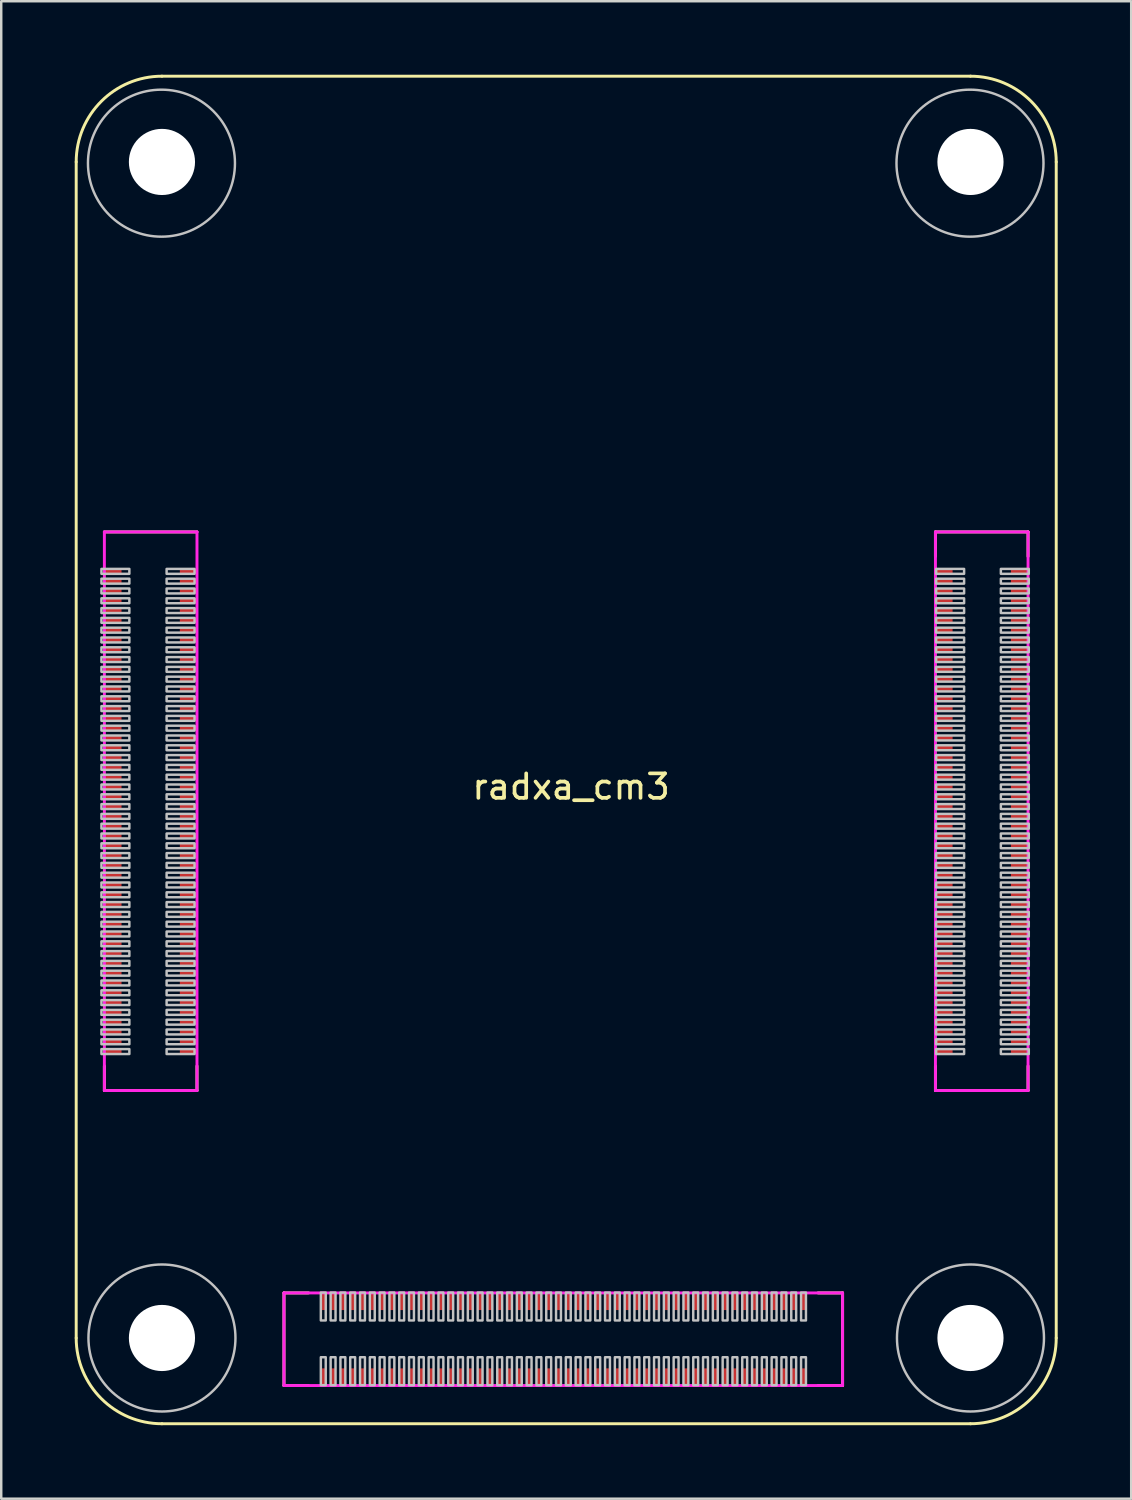
<source format=kicad_pcb>
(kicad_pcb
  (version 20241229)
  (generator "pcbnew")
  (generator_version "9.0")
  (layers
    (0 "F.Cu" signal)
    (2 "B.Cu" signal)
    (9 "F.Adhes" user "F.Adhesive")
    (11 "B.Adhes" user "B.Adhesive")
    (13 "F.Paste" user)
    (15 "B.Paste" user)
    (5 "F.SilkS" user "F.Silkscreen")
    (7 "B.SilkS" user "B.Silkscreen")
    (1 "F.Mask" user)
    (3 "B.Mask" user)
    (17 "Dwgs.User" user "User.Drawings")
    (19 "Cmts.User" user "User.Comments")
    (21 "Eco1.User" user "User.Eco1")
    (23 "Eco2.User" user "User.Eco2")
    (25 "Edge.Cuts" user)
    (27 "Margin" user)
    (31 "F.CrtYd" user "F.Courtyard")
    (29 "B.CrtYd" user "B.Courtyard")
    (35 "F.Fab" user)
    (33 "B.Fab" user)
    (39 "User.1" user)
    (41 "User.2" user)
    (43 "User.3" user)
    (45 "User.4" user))
  (footprint "radxa_cm3"
    (layer "F.Cu")
    (at 3.56 51.56)
    (property "Reference" "radxa_cm3" (at 16.7 -22.5 180) (layer "F.SilkS") (effects (font (size 1 1) (thickness 0.15))))
    (attr smd)
    (fp_line (start -3.5 -48) (end -3.5 0) (stroke (width 0.12) (type solid)) (layer "F.SilkS"))
    (fp_line (start -2.35 -32.9) (end 1.43 -32.9) (stroke (width 0.12) (type solid)) (layer "F.SilkS"))
    (fp_line (start -2.35 -10.1) (end -2.35 -11.1) (stroke (width 0.12) (type solid)) (layer "F.SilkS"))
    (fp_line (start -2.35 -10.1) (end 1.43 -10.1) (stroke (width 0.12) (type solid)) (layer "F.SilkS"))
    (fp_line (start 0 3.5) (end 33 3.5) (stroke (width 0.12) (type solid)) (layer "F.SilkS"))
    (fp_line (start 1.43 -10.1) (end 1.43 -11.1) (stroke (width 0.12) (type solid)) (layer "F.SilkS"))
    (fp_line (start 4.98 -1.84) (end 4.98 1.94) (stroke (width 0.12) (type solid)) (layer "F.SilkS"))
    (fp_line (start 4.98 -1.84) (end 5.98 -1.84) (stroke (width 0.12) (type solid)) (layer "F.SilkS"))
    (fp_line (start 4.98 1.94) (end 5.98 1.94) (stroke (width 0.12) (type solid)) (layer "F.SilkS"))
    (fp_line (start 27.78 -1.84) (end 26.78 -1.84) (stroke (width 0.12) (type solid)) (layer "F.SilkS"))
    (fp_line (start 27.78 -1.84) (end 27.78 1.94) (stroke (width 0.12) (type solid)) (layer "F.SilkS"))
    (fp_line (start 27.78 1.94) (end 26.78 1.94) (stroke (width 0.12) (type solid)) (layer "F.SilkS"))
    (fp_line (start 31.57 -32.9) (end 31.57 -31.9) (stroke (width 0.12) (type solid)) (layer "F.SilkS"))
    (fp_line (start 31.57 -32.9) (end 35.35 -32.9) (stroke (width 0.12) (type solid)) (layer "F.SilkS"))
    (fp_line (start 31.57 -10.1) (end 31.57 -11.1) (stroke (width 0.12) (type solid)) (layer "F.SilkS"))
    (fp_line (start 31.57 -10.1) (end 35.35 -10.1) (stroke (width 0.12) (type solid)) (layer "F.SilkS"))
    (fp_line (start 33 -51.5) (end 0 -51.5) (stroke (width 0.12) (type solid)) (layer "F.SilkS"))
    (fp_line (start 35.35 -32.9) (end 35.35 -31.9) (stroke (width 0.12) (type solid)) (layer "F.SilkS"))
    (fp_line (start 35.35 -10.1) (end 35.35 -11.1) (stroke (width 0.12) (type solid)) (layer "F.SilkS"))
    (fp_line (start 36.5 0) (end 36.5 -48) (stroke (width 0.12) (type solid)) (layer "F.SilkS"))
    (fp_arc (start -3.5 -48) (mid -2.474874 -50.474874) (end 0 -51.5) (stroke (width 0.12) (type solid)) (layer "F.SilkS"))
    (fp_arc (start 0 3.5) (mid -2.474874 2.474874) (end -3.5 0) (stroke (width 0.12) (type solid)) (layer "F.SilkS"))
    (fp_arc (start 33 -51.5) (mid 35.474874 -50.474874) (end 36.5 -48) (stroke (width 0.12) (type solid)) (layer "F.SilkS"))
    (fp_arc (start 36.5 0) (mid 35.474874 2.474874) (end 33 3.5) (stroke (width 0.12) (type solid)) (layer "F.SilkS"))
    (fp_circle (center -0.02 -47.95) (end -3.02 -47.95) (stroke (width 0.1) (type solid)) (fill no) (layer "Dwgs.User"))
    (fp_circle (center 0 0) (end -3 0) (stroke (width 0.1) (type solid)) (fill no) (layer "Dwgs.User"))
    (fp_circle (center 32.98 -47.95) (end 29.98 -47.95) (stroke (width 0.1) (type solid)) (fill no) (layer "Dwgs.User"))
    (fp_circle (center 33 0) (end 30 0) (stroke (width 0.1) (type solid)) (fill no) (layer "Dwgs.User"))
    (fp_poly (pts (xy -2.47 -31.19) (xy -1.33 -31.19) (xy -1.33 -31.39) (xy -2.47 -31.39)) (stroke (width 0.1) (type solid)) (fill no) (layer "Dwgs.User"))
    (fp_poly (pts (xy -2.47 -30.79) (xy -1.33 -30.79) (xy -1.33 -30.99) (xy -2.47 -30.99)) (stroke (width 0.1) (type solid)) (fill no) (layer "Dwgs.User"))
    (fp_poly (pts (xy -2.47 -30.39) (xy -1.33 -30.39) (xy -1.33 -30.59) (xy -2.47 -30.59)) (stroke (width 0.1) (type solid)) (fill no) (layer "Dwgs.User"))
    (fp_poly (pts (xy -2.47 -29.99) (xy -1.33 -29.99) (xy -1.33 -30.19) (xy -2.47 -30.19)) (stroke (width 0.1) (type solid)) (fill no) (layer "Dwgs.User"))
    (fp_poly (pts (xy -2.47 -29.59) (xy -1.33 -29.59) (xy -1.33 -29.79) (xy -2.47 -29.79)) (stroke (width 0.1) (type solid)) (fill no) (layer "Dwgs.User"))
    (fp_poly (pts (xy -2.47 -29.19) (xy -1.33 -29.19) (xy -1.33 -29.39) (xy -2.47 -29.39)) (stroke (width 0.1) (type solid)) (fill no) (layer "Dwgs.User"))
    (fp_poly (pts (xy -2.47 -28.79) (xy -1.33 -28.79) (xy -1.33 -28.99) (xy -2.47 -28.99)) (stroke (width 0.1) (type solid)) (fill no) (layer "Dwgs.User"))
    (fp_poly (pts (xy -2.47 -28.39) (xy -1.33 -28.39) (xy -1.33 -28.59) (xy -2.47 -28.59)) (stroke (width 0.1) (type solid)) (fill no) (layer "Dwgs.User"))
    (fp_poly (pts (xy -2.47 -27.99) (xy -1.33 -27.99) (xy -1.33 -28.19) (xy -2.47 -28.19)) (stroke (width 0.1) (type solid)) (fill no) (layer "Dwgs.User"))
    (fp_poly (pts (xy -2.47 -27.59) (xy -1.33 -27.59) (xy -1.33 -27.79) (xy -2.47 -27.79)) (stroke (width 0.1) (type solid)) (fill no) (layer "Dwgs.User"))
    (fp_poly (pts (xy -2.47 -27.19) (xy -1.33 -27.19) (xy -1.33 -27.39) (xy -2.47 -27.39)) (stroke (width 0.1) (type solid)) (fill no) (layer "Dwgs.User"))
    (fp_poly (pts (xy -2.47 -26.79) (xy -1.33 -26.79) (xy -1.33 -26.99) (xy -2.47 -26.99)) (stroke (width 0.1) (type solid)) (fill no) (layer "Dwgs.User"))
    (fp_poly (pts (xy -2.47 -26.39) (xy -1.33 -26.39) (xy -1.33 -26.59) (xy -2.47 -26.59)) (stroke (width 0.1) (type solid)) (fill no) (layer "Dwgs.User"))
    (fp_poly (pts (xy -2.47 -25.99) (xy -1.33 -25.99) (xy -1.33 -26.19) (xy -2.47 -26.19)) (stroke (width 0.1) (type solid)) (fill no) (layer "Dwgs.User"))
    (fp_poly (pts (xy -2.47 -25.59) (xy -1.33 -25.59) (xy -1.33 -25.79) (xy -2.47 -25.79)) (stroke (width 0.1) (type solid)) (fill no) (layer "Dwgs.User"))
    (fp_poly (pts (xy -2.47 -25.19) (xy -1.33 -25.19) (xy -1.33 -25.39) (xy -2.47 -25.39)) (stroke (width 0.1) (type solid)) (fill no) (layer "Dwgs.User"))
    (fp_poly (pts (xy -2.47 -24.79) (xy -1.33 -24.79) (xy -1.33 -24.99) (xy -2.47 -24.99)) (stroke (width 0.1) (type solid)) (fill no) (layer "Dwgs.User"))
    (fp_poly (pts (xy -2.47 -24.39) (xy -1.33 -24.39) (xy -1.33 -24.59) (xy -2.47 -24.59)) (stroke (width 0.1) (type solid)) (fill no) (layer "Dwgs.User"))
    (fp_poly (pts (xy -2.47 -23.99) (xy -1.33 -23.99) (xy -1.33 -24.19) (xy -2.47 -24.19)) (stroke (width 0.1) (type solid)) (fill no) (layer "Dwgs.User"))
    (fp_poly (pts (xy -2.47 -23.59) (xy -1.33 -23.59) (xy -1.33 -23.79) (xy -2.47 -23.79)) (stroke (width 0.1) (type solid)) (fill no) (layer "Dwgs.User"))
    (fp_poly (pts (xy -2.47 -23.19) (xy -1.33 -23.19) (xy -1.33 -23.39) (xy -2.47 -23.39)) (stroke (width 0.1) (type solid)) (fill no) (layer "Dwgs.User"))
    (fp_poly (pts (xy -2.47 -22.79) (xy -1.33 -22.79) (xy -1.33 -22.99) (xy -2.47 -22.99)) (stroke (width 0.1) (type solid)) (fill no) (layer "Dwgs.User"))
    (fp_poly (pts (xy -2.47 -22.39) (xy -1.33 -22.39) (xy -1.33 -22.59) (xy -2.47 -22.59)) (stroke (width 0.1) (type solid)) (fill no) (layer "Dwgs.User"))
    (fp_poly (pts (xy -2.47 -21.99) (xy -1.33 -21.99) (xy -1.33 -22.19) (xy -2.47 -22.19)) (stroke (width 0.1) (type solid)) (fill no) (layer "Dwgs.User"))
    (fp_poly (pts (xy -2.47 -21.59) (xy -1.33 -21.59) (xy -1.33 -21.79) (xy -2.47 -21.79)) (stroke (width 0.1) (type solid)) (fill no) (layer "Dwgs.User"))
    (fp_poly (pts (xy -2.47 -21.19) (xy -1.33 -21.19) (xy -1.33 -21.39) (xy -2.47 -21.39)) (stroke (width 0.1) (type solid)) (fill no) (layer "Dwgs.User"))
    (fp_poly (pts (xy -2.47 -20.79) (xy -1.33 -20.79) (xy -1.33 -20.99) (xy -2.47 -20.99)) (stroke (width 0.1) (type solid)) (fill no) (layer "Dwgs.User"))
    (fp_poly (pts (xy -2.47 -20.39) (xy -1.33 -20.39) (xy -1.33 -20.59) (xy -2.47 -20.59)) (stroke (width 0.1) (type solid)) (fill no) (layer "Dwgs.User"))
    (fp_poly (pts (xy -2.47 -19.99) (xy -1.33 -19.99) (xy -1.33 -20.19) (xy -2.47 -20.19)) (stroke (width 0.1) (type solid)) (fill no) (layer "Dwgs.User"))
    (fp_poly (pts (xy -2.47 -19.59) (xy -1.33 -19.59) (xy -1.33 -19.79) (xy -2.47 -19.79)) (stroke (width 0.1) (type solid)) (fill no) (layer "Dwgs.User"))
    (fp_poly (pts (xy -2.47 -19.19) (xy -1.33 -19.19) (xy -1.33 -19.39) (xy -2.47 -19.39)) (stroke (width 0.1) (type solid)) (fill no) (layer "Dwgs.User"))
    (fp_poly (pts (xy -2.47 -18.79) (xy -1.33 -18.79) (xy -1.33 -18.99) (xy -2.47 -18.99)) (stroke (width 0.1) (type solid)) (fill no) (layer "Dwgs.User"))
    (fp_poly (pts (xy -2.47 -18.39) (xy -1.33 -18.39) (xy -1.33 -18.59) (xy -2.47 -18.59)) (stroke (width 0.1) (type solid)) (fill no) (layer "Dwgs.User"))
    (fp_poly (pts (xy -2.47 -17.99) (xy -1.33 -17.99) (xy -1.33 -18.19) (xy -2.47 -18.19)) (stroke (width 0.1) (type solid)) (fill no) (layer "Dwgs.User"))
    (fp_poly (pts (xy -2.47 -17.59) (xy -1.33 -17.59) (xy -1.33 -17.79) (xy -2.47 -17.79)) (stroke (width 0.1) (type solid)) (fill no) (layer "Dwgs.User"))
    (fp_poly (pts (xy -2.47 -17.19) (xy -1.33 -17.19) (xy -1.33 -17.39) (xy -2.47 -17.39)) (stroke (width 0.1) (type solid)) (fill no) (layer "Dwgs.User"))
    (fp_poly (pts (xy -2.47 -16.79) (xy -1.33 -16.79) (xy -1.33 -16.99) (xy -2.47 -16.99)) (stroke (width 0.1) (type solid)) (fill no) (layer "Dwgs.User"))
    (fp_poly (pts (xy -2.47 -16.39) (xy -1.33 -16.39) (xy -1.33 -16.59) (xy -2.47 -16.59)) (stroke (width 0.1) (type solid)) (fill no) (layer "Dwgs.User"))
    (fp_poly (pts (xy -2.47 -15.99) (xy -1.33 -15.99) (xy -1.33 -16.19) (xy -2.47 -16.19)) (stroke (width 0.1) (type solid)) (fill no) (layer "Dwgs.User"))
    (fp_poly (pts (xy -2.47 -15.59) (xy -1.33 -15.59) (xy -1.33 -15.79) (xy -2.47 -15.79)) (stroke (width 0.1) (type solid)) (fill no) (layer "Dwgs.User"))
    (fp_poly (pts (xy -2.47 -15.19) (xy -1.33 -15.19) (xy -1.33 -15.39) (xy -2.47 -15.39)) (stroke (width 0.1) (type solid)) (fill no) (layer "Dwgs.User"))
    (fp_poly (pts (xy -2.47 -14.79) (xy -1.33 -14.79) (xy -1.33 -14.99) (xy -2.47 -14.99)) (stroke (width 0.1) (type solid)) (fill no) (layer "Dwgs.User"))
    (fp_poly (pts (xy -2.47 -14.39) (xy -1.33 -14.39) (xy -1.33 -14.59) (xy -2.47 -14.59)) (stroke (width 0.1) (type solid)) (fill no) (layer "Dwgs.User"))
    (fp_poly (pts (xy -2.47 -13.99) (xy -1.33 -13.99) (xy -1.33 -14.19) (xy -2.47 -14.19)) (stroke (width 0.1) (type solid)) (fill no) (layer "Dwgs.User"))
    (fp_poly (pts (xy -2.47 -13.59) (xy -1.33 -13.59) (xy -1.33 -13.79) (xy -2.47 -13.79)) (stroke (width 0.1) (type solid)) (fill no) (layer "Dwgs.User"))
    (fp_poly (pts (xy -2.47 -13.19) (xy -1.33 -13.19) (xy -1.33 -13.39) (xy -2.47 -13.39)) (stroke (width 0.1) (type solid)) (fill no) (layer "Dwgs.User"))
    (fp_poly (pts (xy -2.47 -12.79) (xy -1.33 -12.79) (xy -1.33 -12.99) (xy -2.47 -12.99)) (stroke (width 0.1) (type solid)) (fill no) (layer "Dwgs.User"))
    (fp_poly (pts (xy -2.47 -12.39) (xy -1.33 -12.39) (xy -1.33 -12.59) (xy -2.47 -12.59)) (stroke (width 0.1) (type solid)) (fill no) (layer "Dwgs.User"))
    (fp_poly (pts (xy -2.47 -11.99) (xy -1.33 -11.99) (xy -1.33 -12.19) (xy -2.47 -12.19)) (stroke (width 0.1) (type solid)) (fill no) (layer "Dwgs.User"))
    (fp_poly (pts (xy -2.47 -11.59) (xy -1.33 -11.59) (xy -1.33 -11.79) (xy -2.47 -11.79)) (stroke (width 0.1) (type solid)) (fill no) (layer "Dwgs.User"))
    (fp_poly (pts (xy 0.19 -31.19) (xy 1.33 -31.19) (xy 1.33 -31.39) (xy 0.19 -31.39)) (stroke (width 0.1) (type solid)) (fill no) (layer "Dwgs.User"))
    (fp_poly (pts (xy 0.19 -30.79) (xy 1.33 -30.79) (xy 1.33 -30.99) (xy 0.19 -30.99)) (stroke (width 0.1) (type solid)) (fill no) (layer "Dwgs.User"))
    (fp_poly (pts (xy 0.19 -30.39) (xy 1.33 -30.39) (xy 1.33 -30.59) (xy 0.19 -30.59)) (stroke (width 0.1) (type solid)) (fill no) (layer "Dwgs.User"))
    (fp_poly (pts (xy 0.19 -29.99) (xy 1.33 -29.99) (xy 1.33 -30.19) (xy 0.19 -30.19)) (stroke (width 0.1) (type solid)) (fill no) (layer "Dwgs.User"))
    (fp_poly (pts (xy 0.19 -29.59) (xy 1.33 -29.59) (xy 1.33 -29.79) (xy 0.19 -29.79)) (stroke (width 0.1) (type solid)) (fill no) (layer "Dwgs.User"))
    (fp_poly (pts (xy 0.19 -29.19) (xy 1.33 -29.19) (xy 1.33 -29.39) (xy 0.19 -29.39)) (stroke (width 0.1) (type solid)) (fill no) (layer "Dwgs.User"))
    (fp_poly (pts (xy 0.19 -28.79) (xy 1.33 -28.79) (xy 1.33 -28.99) (xy 0.19 -28.99)) (stroke (width 0.1) (type solid)) (fill no) (layer "Dwgs.User"))
    (fp_poly (pts (xy 0.19 -28.39) (xy 1.33 -28.39) (xy 1.33 -28.59) (xy 0.19 -28.59)) (stroke (width 0.1) (type solid)) (fill no) (layer "Dwgs.User"))
    (fp_poly (pts (xy 0.19 -27.99) (xy 1.33 -27.99) (xy 1.33 -28.19) (xy 0.19 -28.19)) (stroke (width 0.1) (type solid)) (fill no) (layer "Dwgs.User"))
    (fp_poly (pts (xy 0.19 -27.59) (xy 1.33 -27.59) (xy 1.33 -27.79) (xy 0.19 -27.79)) (stroke (width 0.1) (type solid)) (fill no) (layer "Dwgs.User"))
    (fp_poly (pts (xy 0.19 -27.19) (xy 1.33 -27.19) (xy 1.33 -27.39) (xy 0.19 -27.39)) (stroke (width 0.1) (type solid)) (fill no) (layer "Dwgs.User"))
    (fp_poly (pts (xy 0.19 -26.79) (xy 1.33 -26.79) (xy 1.33 -26.99) (xy 0.19 -26.99)) (stroke (width 0.1) (type solid)) (fill no) (layer "Dwgs.User"))
    (fp_poly (pts (xy 0.19 -26.39) (xy 1.33 -26.39) (xy 1.33 -26.59) (xy 0.19 -26.59)) (stroke (width 0.1) (type solid)) (fill no) (layer "Dwgs.User"))
    (fp_poly (pts (xy 0.19 -25.99) (xy 1.33 -25.99) (xy 1.33 -26.19) (xy 0.19 -26.19)) (stroke (width 0.1) (type solid)) (fill no) (layer "Dwgs.User"))
    (fp_poly (pts (xy 0.19 -25.59) (xy 1.33 -25.59) (xy 1.33 -25.79) (xy 0.19 -25.79)) (stroke (width 0.1) (type solid)) (fill no) (layer "Dwgs.User"))
    (fp_poly (pts (xy 0.19 -25.19) (xy 1.33 -25.19) (xy 1.33 -25.39) (xy 0.19 -25.39)) (stroke (width 0.1) (type solid)) (fill no) (layer "Dwgs.User"))
    (fp_poly (pts (xy 0.19 -24.79) (xy 1.33 -24.79) (xy 1.33 -24.99) (xy 0.19 -24.99)) (stroke (width 0.1) (type solid)) (fill no) (layer "Dwgs.User"))
    (fp_poly (pts (xy 0.19 -24.39) (xy 1.33 -24.39) (xy 1.33 -24.59) (xy 0.19 -24.59)) (stroke (width 0.1) (type solid)) (fill no) (layer "Dwgs.User"))
    (fp_poly (pts (xy 0.19 -23.99) (xy 1.33 -23.99) (xy 1.33 -24.19) (xy 0.19 -24.19)) (stroke (width 0.1) (type solid)) (fill no) (layer "Dwgs.User"))
    (fp_poly (pts (xy 0.19 -23.59) (xy 1.33 -23.59) (xy 1.33 -23.79) (xy 0.19 -23.79)) (stroke (width 0.1) (type solid)) (fill no) (layer "Dwgs.User"))
    (fp_poly (pts (xy 0.19 -23.19) (xy 1.33 -23.19) (xy 1.33 -23.39) (xy 0.19 -23.39)) (stroke (width 0.1) (type solid)) (fill no) (layer "Dwgs.User"))
    (fp_poly (pts (xy 0.19 -22.79) (xy 1.33 -22.79) (xy 1.33 -22.99) (xy 0.19 -22.99)) (stroke (width 0.1) (type solid)) (fill no) (layer "Dwgs.User"))
    (fp_poly (pts (xy 0.19 -22.39) (xy 1.33 -22.39) (xy 1.33 -22.59) (xy 0.19 -22.59)) (stroke (width 0.1) (type solid)) (fill no) (layer "Dwgs.User"))
    (fp_poly (pts (xy 0.19 -21.99) (xy 1.33 -21.99) (xy 1.33 -22.19) (xy 0.19 -22.19)) (stroke (width 0.1) (type solid)) (fill no) (layer "Dwgs.User"))
    (fp_poly (pts (xy 0.19 -21.59) (xy 1.33 -21.59) (xy 1.33 -21.79) (xy 0.19 -21.79)) (stroke (width 0.1) (type solid)) (fill no) (layer "Dwgs.User"))
    (fp_poly (pts (xy 0.19 -21.19) (xy 1.33 -21.19) (xy 1.33 -21.39) (xy 0.19 -21.39)) (stroke (width 0.1) (type solid)) (fill no) (layer "Dwgs.User"))
    (fp_poly (pts (xy 0.19 -20.79) (xy 1.33 -20.79) (xy 1.33 -20.99) (xy 0.19 -20.99)) (stroke (width 0.1) (type solid)) (fill no) (layer "Dwgs.User"))
    (fp_poly (pts (xy 0.19 -20.39) (xy 1.33 -20.39) (xy 1.33 -20.59) (xy 0.19 -20.59)) (stroke (width 0.1) (type solid)) (fill no) (layer "Dwgs.User"))
    (fp_poly (pts (xy 0.19 -19.99) (xy 1.33 -19.99) (xy 1.33 -20.19) (xy 0.19 -20.19)) (stroke (width 0.1) (type solid)) (fill no) (layer "Dwgs.User"))
    (fp_poly (pts (xy 0.19 -19.59) (xy 1.33 -19.59) (xy 1.33 -19.79) (xy 0.19 -19.79)) (stroke (width 0.1) (type solid)) (fill no) (layer "Dwgs.User"))
    (fp_poly (pts (xy 0.19 -19.19) (xy 1.33 -19.19) (xy 1.33 -19.39) (xy 0.19 -19.39)) (stroke (width 0.1) (type solid)) (fill no) (layer "Dwgs.User"))
    (fp_poly (pts (xy 0.19 -18.79) (xy 1.33 -18.79) (xy 1.33 -18.99) (xy 0.19 -18.99)) (stroke (width 0.1) (type solid)) (fill no) (layer "Dwgs.User"))
    (fp_poly (pts (xy 0.19 -18.39) (xy 1.33 -18.39) (xy 1.33 -18.59) (xy 0.19 -18.59)) (stroke (width 0.1) (type solid)) (fill no) (layer "Dwgs.User"))
    (fp_poly (pts (xy 0.19 -17.99) (xy 1.33 -17.99) (xy 1.33 -18.19) (xy 0.19 -18.19)) (stroke (width 0.1) (type solid)) (fill no) (layer "Dwgs.User"))
    (fp_poly (pts (xy 0.19 -17.59) (xy 1.33 -17.59) (xy 1.33 -17.79) (xy 0.19 -17.79)) (stroke (width 0.1) (type solid)) (fill no) (layer "Dwgs.User"))
    (fp_poly (pts (xy 0.19 -17.19) (xy 1.33 -17.19) (xy 1.33 -17.39) (xy 0.19 -17.39)) (stroke (width 0.1) (type solid)) (fill no) (layer "Dwgs.User"))
    (fp_poly (pts (xy 0.19 -16.79) (xy 1.33 -16.79) (xy 1.33 -16.99) (xy 0.19 -16.99)) (stroke (width 0.1) (type solid)) (fill no) (layer "Dwgs.User"))
    (fp_poly (pts (xy 0.19 -16.39) (xy 1.33 -16.39) (xy 1.33 -16.59) (xy 0.19 -16.59)) (stroke (width 0.1) (type solid)) (fill no) (layer "Dwgs.User"))
    (fp_poly (pts (xy 0.19 -15.99) (xy 1.33 -15.99) (xy 1.33 -16.19) (xy 0.19 -16.19)) (stroke (width 0.1) (type solid)) (fill no) (layer "Dwgs.User"))
    (fp_poly (pts (xy 0.19 -15.59) (xy 1.33 -15.59) (xy 1.33 -15.79) (xy 0.19 -15.79)) (stroke (width 0.1) (type solid)) (fill no) (layer "Dwgs.User"))
    (fp_poly (pts (xy 0.19 -15.19) (xy 1.33 -15.19) (xy 1.33 -15.39) (xy 0.19 -15.39)) (stroke (width 0.1) (type solid)) (fill no) (layer "Dwgs.User"))
    (fp_poly (pts (xy 0.19 -14.79) (xy 1.33 -14.79) (xy 1.33 -14.99) (xy 0.19 -14.99)) (stroke (width 0.1) (type solid)) (fill no) (layer "Dwgs.User"))
    (fp_poly (pts (xy 0.19 -14.39) (xy 1.33 -14.39) (xy 1.33 -14.59) (xy 0.19 -14.59)) (stroke (width 0.1) (type solid)) (fill no) (layer "Dwgs.User"))
    (fp_poly (pts (xy 0.19 -13.99) (xy 1.33 -13.99) (xy 1.33 -14.19) (xy 0.19 -14.19)) (stroke (width 0.1) (type solid)) (fill no) (layer "Dwgs.User"))
    (fp_poly (pts (xy 0.19 -13.59) (xy 1.33 -13.59) (xy 1.33 -13.79) (xy 0.19 -13.79)) (stroke (width 0.1) (type solid)) (fill no) (layer "Dwgs.User"))
    (fp_poly (pts (xy 0.19 -13.19) (xy 1.33 -13.19) (xy 1.33 -13.39) (xy 0.19 -13.39)) (stroke (width 0.1) (type solid)) (fill no) (layer "Dwgs.User"))
    (fp_poly (pts (xy 0.19 -12.79) (xy 1.33 -12.79) (xy 1.33 -12.99) (xy 0.19 -12.99)) (stroke (width 0.1) (type solid)) (fill no) (layer "Dwgs.User"))
    (fp_poly (pts (xy 0.19 -12.39) (xy 1.33 -12.39) (xy 1.33 -12.59) (xy 0.19 -12.59)) (stroke (width 0.1) (type solid)) (fill no) (layer "Dwgs.User"))
    (fp_poly (pts (xy 0.19 -11.99) (xy 1.33 -11.99) (xy 1.33 -12.19) (xy 0.19 -12.19)) (stroke (width 0.1) (type solid)) (fill no) (layer "Dwgs.User"))
    (fp_poly (pts (xy 0.19 -11.59) (xy 1.33 -11.59) (xy 1.33 -11.79) (xy 0.19 -11.79)) (stroke (width 0.1) (type solid)) (fill no) (layer "Dwgs.User"))
    (fp_poly (pts (xy 6.485 -0.715) (xy 6.685 -0.715) (xy 6.685 -1.855) (xy 6.485 -1.855)) (stroke (width 0.1) (type solid)) (fill no) (layer "Dwgs.User"))
    (fp_poly (pts (xy 6.485 1.925) (xy 6.685 1.925) (xy 6.685 0.785) (xy 6.485 0.785)) (stroke (width 0.1) (type solid)) (fill no) (layer "Dwgs.User"))
    (fp_poly (pts (xy 6.885 -0.715) (xy 7.085 -0.715) (xy 7.085 -1.855) (xy 6.885 -1.855)) (stroke (width 0.1) (type solid)) (fill no) (layer "Dwgs.User"))
    (fp_poly (pts (xy 6.885 1.925) (xy 7.085 1.925) (xy 7.085 0.785) (xy 6.885 0.785)) (stroke (width 0.1) (type solid)) (fill no) (layer "Dwgs.User"))
    (fp_poly (pts (xy 7.285 -0.715) (xy 7.485 -0.715) (xy 7.485 -1.855) (xy 7.285 -1.855)) (stroke (width 0.1) (type solid)) (fill no) (layer "Dwgs.User"))
    (fp_poly (pts (xy 7.285 1.925) (xy 7.485 1.925) (xy 7.485 0.785) (xy 7.285 0.785)) (stroke (width 0.1) (type solid)) (fill no) (layer "Dwgs.User"))
    (fp_poly (pts (xy 7.685 -0.715) (xy 7.885 -0.715) (xy 7.885 -1.855) (xy 7.685 -1.855)) (stroke (width 0.1) (type solid)) (fill no) (layer "Dwgs.User"))
    (fp_poly (pts (xy 7.685 1.925) (xy 7.885 1.925) (xy 7.885 0.785) (xy 7.685 0.785)) (stroke (width 0.1) (type solid)) (fill no) (layer "Dwgs.User"))
    (fp_poly (pts (xy 8.085 -0.715) (xy 8.285 -0.715) (xy 8.285 -1.855) (xy 8.085 -1.855)) (stroke (width 0.1) (type solid)) (fill no) (layer "Dwgs.User"))
    (fp_poly (pts (xy 8.085 1.925) (xy 8.285 1.925) (xy 8.285 0.785) (xy 8.085 0.785)) (stroke (width 0.1) (type solid)) (fill no) (layer "Dwgs.User"))
    (fp_poly (pts (xy 8.485 -0.715) (xy 8.685 -0.715) (xy 8.685 -1.855) (xy 8.485 -1.855)) (stroke (width 0.1) (type solid)) (fill no) (layer "Dwgs.User"))
    (fp_poly (pts (xy 8.485 1.925) (xy 8.685 1.925) (xy 8.685 0.785) (xy 8.485 0.785)) (stroke (width 0.1) (type solid)) (fill no) (layer "Dwgs.User"))
    (fp_poly (pts (xy 8.885 -0.715) (xy 9.085 -0.715) (xy 9.085 -1.855) (xy 8.885 -1.855)) (stroke (width 0.1) (type solid)) (fill no) (layer "Dwgs.User"))
    (fp_poly (pts (xy 8.885 1.925) (xy 9.085 1.925) (xy 9.085 0.785) (xy 8.885 0.785)) (stroke (width 0.1) (type solid)) (fill no) (layer "Dwgs.User"))
    (fp_poly (pts (xy 9.285 -0.715) (xy 9.485 -0.715) (xy 9.485 -1.855) (xy 9.285 -1.855)) (stroke (width 0.1) (type solid)) (fill no) (layer "Dwgs.User"))
    (fp_poly (pts (xy 9.285 1.925) (xy 9.485 1.925) (xy 9.485 0.785) (xy 9.285 0.785)) (stroke (width 0.1) (type solid)) (fill no) (layer "Dwgs.User"))
    (fp_poly (pts (xy 9.685 -0.715) (xy 9.885 -0.715) (xy 9.885 -1.855) (xy 9.685 -1.855)) (stroke (width 0.1) (type solid)) (fill no) (layer "Dwgs.User"))
    (fp_poly (pts (xy 9.685 1.925) (xy 9.885 1.925) (xy 9.885 0.785) (xy 9.685 0.785)) (stroke (width 0.1) (type solid)) (fill no) (layer "Dwgs.User"))
    (fp_poly (pts (xy 10.085 -0.715) (xy 10.285 -0.715) (xy 10.285 -1.855) (xy 10.085 -1.855)) (stroke (width 0.1) (type solid)) (fill no) (layer "Dwgs.User"))
    (fp_poly (pts (xy 10.085 1.925) (xy 10.285 1.925) (xy 10.285 0.785) (xy 10.085 0.785)) (stroke (width 0.1) (type solid)) (fill no) (layer "Dwgs.User"))
    (fp_poly (pts (xy 10.485 -0.715) (xy 10.685 -0.715) (xy 10.685 -1.855) (xy 10.485 -1.855)) (stroke (width 0.1) (type solid)) (fill no) (layer "Dwgs.User"))
    (fp_poly (pts (xy 10.485 1.925) (xy 10.685 1.925) (xy 10.685 0.785) (xy 10.485 0.785)) (stroke (width 0.1) (type solid)) (fill no) (layer "Dwgs.User"))
    (fp_poly (pts (xy 10.885 -0.715) (xy 11.085 -0.715) (xy 11.085 -1.855) (xy 10.885 -1.855)) (stroke (width 0.1) (type solid)) (fill no) (layer "Dwgs.User"))
    (fp_poly (pts (xy 10.885 1.925) (xy 11.085 1.925) (xy 11.085 0.785) (xy 10.885 0.785)) (stroke (width 0.1) (type solid)) (fill no) (layer "Dwgs.User"))
    (fp_poly (pts (xy 11.285 -0.715) (xy 11.485 -0.715) (xy 11.485 -1.855) (xy 11.285 -1.855)) (stroke (width 0.1) (type solid)) (fill no) (layer "Dwgs.User"))
    (fp_poly (pts (xy 11.285 1.925) (xy 11.485 1.925) (xy 11.485 0.785) (xy 11.285 0.785)) (stroke (width 0.1) (type solid)) (fill no) (layer "Dwgs.User"))
    (fp_poly (pts (xy 11.685 -0.715) (xy 11.885 -0.715) (xy 11.885 -1.855) (xy 11.685 -1.855)) (stroke (width 0.1) (type solid)) (fill no) (layer "Dwgs.User"))
    (fp_poly (pts (xy 11.685 1.925) (xy 11.885 1.925) (xy 11.885 0.785) (xy 11.685 0.785)) (stroke (width 0.1) (type solid)) (fill no) (layer "Dwgs.User"))
    (fp_poly (pts (xy 12.085 -0.715) (xy 12.285 -0.715) (xy 12.285 -1.855) (xy 12.085 -1.855)) (stroke (width 0.1) (type solid)) (fill no) (layer "Dwgs.User"))
    (fp_poly (pts (xy 12.085 1.925) (xy 12.285 1.925) (xy 12.285 0.785) (xy 12.085 0.785)) (stroke (width 0.1) (type solid)) (fill no) (layer "Dwgs.User"))
    (fp_poly (pts (xy 12.485 -0.715) (xy 12.685 -0.715) (xy 12.685 -1.855) (xy 12.485 -1.855)) (stroke (width 0.1) (type solid)) (fill no) (layer "Dwgs.User"))
    (fp_poly (pts (xy 12.485 1.925) (xy 12.685 1.925) (xy 12.685 0.785) (xy 12.485 0.785)) (stroke (width 0.1) (type solid)) (fill no) (layer "Dwgs.User"))
    (fp_poly (pts (xy 12.885 -0.715) (xy 13.085 -0.715) (xy 13.085 -1.855) (xy 12.885 -1.855)) (stroke (width 0.1) (type solid)) (fill no) (layer "Dwgs.User"))
    (fp_poly (pts (xy 12.885 1.925) (xy 13.085 1.925) (xy 13.085 0.785) (xy 12.885 0.785)) (stroke (width 0.1) (type solid)) (fill no) (layer "Dwgs.User"))
    (fp_poly (pts (xy 13.285 -0.715) (xy 13.485 -0.715) (xy 13.485 -1.855) (xy 13.285 -1.855)) (stroke (width 0.1) (type solid)) (fill no) (layer "Dwgs.User"))
    (fp_poly (pts (xy 13.285 1.925) (xy 13.485 1.925) (xy 13.485 0.785) (xy 13.285 0.785)) (stroke (width 0.1) (type solid)) (fill no) (layer "Dwgs.User"))
    (fp_poly (pts (xy 13.685 -0.715) (xy 13.885 -0.715) (xy 13.885 -1.855) (xy 13.685 -1.855)) (stroke (width 0.1) (type solid)) (fill no) (layer "Dwgs.User"))
    (fp_poly (pts (xy 13.685 1.925) (xy 13.885 1.925) (xy 13.885 0.785) (xy 13.685 0.785)) (stroke (width 0.1) (type solid)) (fill no) (layer "Dwgs.User"))
    (fp_poly (pts (xy 14.085 -0.715) (xy 14.285 -0.715) (xy 14.285 -1.855) (xy 14.085 -1.855)) (stroke (width 0.1) (type solid)) (fill no) (layer "Dwgs.User"))
    (fp_poly (pts (xy 14.085 1.925) (xy 14.285 1.925) (xy 14.285 0.785) (xy 14.085 0.785)) (stroke (width 0.1) (type solid)) (fill no) (layer "Dwgs.User"))
    (fp_poly (pts (xy 14.485 -0.715) (xy 14.685 -0.715) (xy 14.685 -1.855) (xy 14.485 -1.855)) (stroke (width 0.1) (type solid)) (fill no) (layer "Dwgs.User"))
    (fp_poly (pts (xy 14.485 1.925) (xy 14.685 1.925) (xy 14.685 0.785) (xy 14.485 0.785)) (stroke (width 0.1) (type solid)) (fill no) (layer "Dwgs.User"))
    (fp_poly (pts (xy 14.885 -0.715) (xy 15.085 -0.715) (xy 15.085 -1.855) (xy 14.885 -1.855)) (stroke (width 0.1) (type solid)) (fill no) (layer "Dwgs.User"))
    (fp_poly (pts (xy 14.885 1.925) (xy 15.085 1.925) (xy 15.085 0.785) (xy 14.885 0.785)) (stroke (width 0.1) (type solid)) (fill no) (layer "Dwgs.User"))
    (fp_poly (pts (xy 15.285 -0.715) (xy 15.485 -0.715) (xy 15.485 -1.855) (xy 15.285 -1.855)) (stroke (width 0.1) (type solid)) (fill no) (layer "Dwgs.User"))
    (fp_poly (pts (xy 15.285 1.925) (xy 15.485 1.925) (xy 15.485 0.785) (xy 15.285 0.785)) (stroke (width 0.1) (type solid)) (fill no) (layer "Dwgs.User"))
    (fp_poly (pts (xy 15.685 -0.715) (xy 15.885 -0.715) (xy 15.885 -1.855) (xy 15.685 -1.855)) (stroke (width 0.1) (type solid)) (fill no) (layer "Dwgs.User"))
    (fp_poly (pts (xy 15.685 1.925) (xy 15.885 1.925) (xy 15.885 0.785) (xy 15.685 0.785)) (stroke (width 0.1) (type solid)) (fill no) (layer "Dwgs.User"))
    (fp_poly (pts (xy 16.085 -0.715) (xy 16.285 -0.715) (xy 16.285 -1.855) (xy 16.085 -1.855)) (stroke (width 0.1) (type solid)) (fill no) (layer "Dwgs.User"))
    (fp_poly (pts (xy 16.085 1.925) (xy 16.285 1.925) (xy 16.285 0.785) (xy 16.085 0.785)) (stroke (width 0.1) (type solid)) (fill no) (layer "Dwgs.User"))
    (fp_poly (pts (xy 16.485 -0.715) (xy 16.685 -0.715) (xy 16.685 -1.855) (xy 16.485 -1.855)) (stroke (width 0.1) (type solid)) (fill no) (layer "Dwgs.User"))
    (fp_poly (pts (xy 16.485 1.925) (xy 16.685 1.925) (xy 16.685 0.785) (xy 16.485 0.785)) (stroke (width 0.1) (type solid)) (fill no) (layer "Dwgs.User"))
    (fp_poly (pts (xy 16.885 -0.715) (xy 17.085 -0.715) (xy 17.085 -1.855) (xy 16.885 -1.855)) (stroke (width 0.1) (type solid)) (fill no) (layer "Dwgs.User"))
    (fp_poly (pts (xy 16.885 1.925) (xy 17.085 1.925) (xy 17.085 0.785) (xy 16.885 0.785)) (stroke (width 0.1) (type solid)) (fill no) (layer "Dwgs.User"))
    (fp_poly (pts (xy 17.285 -0.715) (xy 17.485 -0.715) (xy 17.485 -1.855) (xy 17.285 -1.855)) (stroke (width 0.1) (type solid)) (fill no) (layer "Dwgs.User"))
    (fp_poly (pts (xy 17.285 1.925) (xy 17.485 1.925) (xy 17.485 0.785) (xy 17.285 0.785)) (stroke (width 0.1) (type solid)) (fill no) (layer "Dwgs.User"))
    (fp_poly (pts (xy 17.685 -0.715) (xy 17.885 -0.715) (xy 17.885 -1.855) (xy 17.685 -1.855)) (stroke (width 0.1) (type solid)) (fill no) (layer "Dwgs.User"))
    (fp_poly (pts (xy 17.685 1.925) (xy 17.885 1.925) (xy 17.885 0.785) (xy 17.685 0.785)) (stroke (width 0.1) (type solid)) (fill no) (layer "Dwgs.User"))
    (fp_poly (pts (xy 18.085 -0.715) (xy 18.285 -0.715) (xy 18.285 -1.855) (xy 18.085 -1.855)) (stroke (width 0.1) (type solid)) (fill no) (layer "Dwgs.User"))
    (fp_poly (pts (xy 18.085 1.925) (xy 18.285 1.925) (xy 18.285 0.785) (xy 18.085 0.785)) (stroke (width 0.1) (type solid)) (fill no) (layer "Dwgs.User"))
    (fp_poly (pts (xy 18.485 -0.715) (xy 18.685 -0.715) (xy 18.685 -1.855) (xy 18.485 -1.855)) (stroke (width 0.1) (type solid)) (fill no) (layer "Dwgs.User"))
    (fp_poly (pts (xy 18.485 1.925) (xy 18.685 1.925) (xy 18.685 0.785) (xy 18.485 0.785)) (stroke (width 0.1) (type solid)) (fill no) (layer "Dwgs.User"))
    (fp_poly (pts (xy 18.885 -0.715) (xy 19.085 -0.715) (xy 19.085 -1.855) (xy 18.885 -1.855)) (stroke (width 0.1) (type solid)) (fill no) (layer "Dwgs.User"))
    (fp_poly (pts (xy 18.885 1.925) (xy 19.085 1.925) (xy 19.085 0.785) (xy 18.885 0.785)) (stroke (width 0.1) (type solid)) (fill no) (layer "Dwgs.User"))
    (fp_poly (pts (xy 19.285 -0.715) (xy 19.485 -0.715) (xy 19.485 -1.855) (xy 19.285 -1.855)) (stroke (width 0.1) (type solid)) (fill no) (layer "Dwgs.User"))
    (fp_poly (pts (xy 19.285 1.925) (xy 19.485 1.925) (xy 19.485 0.785) (xy 19.285 0.785)) (stroke (width 0.1) (type solid)) (fill no) (layer "Dwgs.User"))
    (fp_poly (pts (xy 19.685 -0.715) (xy 19.885 -0.715) (xy 19.885 -1.855) (xy 19.685 -1.855)) (stroke (width 0.1) (type solid)) (fill no) (layer "Dwgs.User"))
    (fp_poly (pts (xy 19.685 1.925) (xy 19.885 1.925) (xy 19.885 0.785) (xy 19.685 0.785)) (stroke (width 0.1) (type solid)) (fill no) (layer "Dwgs.User"))
    (fp_poly (pts (xy 20.085 -0.715) (xy 20.285 -0.715) (xy 20.285 -1.855) (xy 20.085 -1.855)) (stroke (width 0.1) (type solid)) (fill no) (layer "Dwgs.User"))
    (fp_poly (pts (xy 20.085 1.925) (xy 20.285 1.925) (xy 20.285 0.785) (xy 20.085 0.785)) (stroke (width 0.1) (type solid)) (fill no) (layer "Dwgs.User"))
    (fp_poly (pts (xy 20.485 -0.715) (xy 20.685 -0.715) (xy 20.685 -1.855) (xy 20.485 -1.855)) (stroke (width 0.1) (type solid)) (fill no) (layer "Dwgs.User"))
    (fp_poly (pts (xy 20.485 1.925) (xy 20.685 1.925) (xy 20.685 0.785) (xy 20.485 0.785)) (stroke (width 0.1) (type solid)) (fill no) (layer "Dwgs.User"))
    (fp_poly (pts (xy 20.885 -0.715) (xy 21.085 -0.715) (xy 21.085 -1.855) (xy 20.885 -1.855)) (stroke (width 0.1) (type solid)) (fill no) (layer "Dwgs.User"))
    (fp_poly (pts (xy 20.885 1.925) (xy 21.085 1.925) (xy 21.085 0.785) (xy 20.885 0.785)) (stroke (width 0.1) (type solid)) (fill no) (layer "Dwgs.User"))
    (fp_poly (pts (xy 21.285 -0.715) (xy 21.485 -0.715) (xy 21.485 -1.855) (xy 21.285 -1.855)) (stroke (width 0.1) (type solid)) (fill no) (layer "Dwgs.User"))
    (fp_poly (pts (xy 21.285 1.925) (xy 21.485 1.925) (xy 21.485 0.785) (xy 21.285 0.785)) (stroke (width 0.1) (type solid)) (fill no) (layer "Dwgs.User"))
    (fp_poly (pts (xy 21.685 -0.715) (xy 21.885 -0.715) (xy 21.885 -1.855) (xy 21.685 -1.855)) (stroke (width 0.1) (type solid)) (fill no) (layer "Dwgs.User"))
    (fp_poly (pts (xy 21.685 1.925) (xy 21.885 1.925) (xy 21.885 0.785) (xy 21.685 0.785)) (stroke (width 0.1) (type solid)) (fill no) (layer "Dwgs.User"))
    (fp_poly (pts (xy 22.085 -0.715) (xy 22.285 -0.715) (xy 22.285 -1.855) (xy 22.085 -1.855)) (stroke (width 0.1) (type solid)) (fill no) (layer "Dwgs.User"))
    (fp_poly (pts (xy 22.085 1.925) (xy 22.285 1.925) (xy 22.285 0.785) (xy 22.085 0.785)) (stroke (width 0.1) (type solid)) (fill no) (layer "Dwgs.User"))
    (fp_poly (pts (xy 22.485 -0.715) (xy 22.685 -0.715) (xy 22.685 -1.855) (xy 22.485 -1.855)) (stroke (width 0.1) (type solid)) (fill no) (layer "Dwgs.User"))
    (fp_poly (pts (xy 22.485 1.925) (xy 22.685 1.925) (xy 22.685 0.785) (xy 22.485 0.785)) (stroke (width 0.1) (type solid)) (fill no) (layer "Dwgs.User"))
    (fp_poly (pts (xy 22.885 -0.715) (xy 23.085 -0.715) (xy 23.085 -1.855) (xy 22.885 -1.855)) (stroke (width 0.1) (type solid)) (fill no) (layer "Dwgs.User"))
    (fp_poly (pts (xy 22.885 1.925) (xy 23.085 1.925) (xy 23.085 0.785) (xy 22.885 0.785)) (stroke (width 0.1) (type solid)) (fill no) (layer "Dwgs.User"))
    (fp_poly (pts (xy 23.285 -0.715) (xy 23.485 -0.715) (xy 23.485 -1.855) (xy 23.285 -1.855)) (stroke (width 0.1) (type solid)) (fill no) (layer "Dwgs.User"))
    (fp_poly (pts (xy 23.285 1.925) (xy 23.485 1.925) (xy 23.485 0.785) (xy 23.285 0.785)) (stroke (width 0.1) (type solid)) (fill no) (layer "Dwgs.User"))
    (fp_poly (pts (xy 23.685 -0.715) (xy 23.885 -0.715) (xy 23.885 -1.855) (xy 23.685 -1.855)) (stroke (width 0.1) (type solid)) (fill no) (layer "Dwgs.User"))
    (fp_poly (pts (xy 23.685 1.925) (xy 23.885 1.925) (xy 23.885 0.785) (xy 23.685 0.785)) (stroke (width 0.1) (type solid)) (fill no) (layer "Dwgs.User"))
    (fp_poly (pts (xy 24.085 -0.715) (xy 24.285 -0.715) (xy 24.285 -1.855) (xy 24.085 -1.855)) (stroke (width 0.1) (type solid)) (fill no) (layer "Dwgs.User"))
    (fp_poly (pts (xy 24.085 1.925) (xy 24.285 1.925) (xy 24.285 0.785) (xy 24.085 0.785)) (stroke (width 0.1) (type solid)) (fill no) (layer "Dwgs.User"))
    (fp_poly (pts (xy 24.485 -0.715) (xy 24.685 -0.715) (xy 24.685 -1.855) (xy 24.485 -1.855)) (stroke (width 0.1) (type solid)) (fill no) (layer "Dwgs.User"))
    (fp_poly (pts (xy 24.485 1.925) (xy 24.685 1.925) (xy 24.685 0.785) (xy 24.485 0.785)) (stroke (width 0.1) (type solid)) (fill no) (layer "Dwgs.User"))
    (fp_poly (pts (xy 24.885 -0.715) (xy 25.085 -0.715) (xy 25.085 -1.855) (xy 24.885 -1.855)) (stroke (width 0.1) (type solid)) (fill no) (layer "Dwgs.User"))
    (fp_poly (pts (xy 24.885 1.925) (xy 25.085 1.925) (xy 25.085 0.785) (xy 24.885 0.785)) (stroke (width 0.1) (type solid)) (fill no) (layer "Dwgs.User"))
    (fp_poly (pts (xy 25.285 -0.715) (xy 25.485 -0.715) (xy 25.485 -1.855) (xy 25.285 -1.855)) (stroke (width 0.1) (type solid)) (fill no) (layer "Dwgs.User"))
    (fp_poly (pts (xy 25.285 1.925) (xy 25.485 1.925) (xy 25.485 0.785) (xy 25.285 0.785)) (stroke (width 0.1) (type solid)) (fill no) (layer "Dwgs.User"))
    (fp_poly (pts (xy 25.685 -0.715) (xy 25.885 -0.715) (xy 25.885 -1.855) (xy 25.685 -1.855)) (stroke (width 0.1) (type solid)) (fill no) (layer "Dwgs.User"))
    (fp_poly (pts (xy 25.685 1.925) (xy 25.885 1.925) (xy 25.885 0.785) (xy 25.685 0.785)) (stroke (width 0.1) (type solid)) (fill no) (layer "Dwgs.User"))
    (fp_poly (pts (xy 26.085 -0.715) (xy 26.285 -0.715) (xy 26.285 -1.855) (xy 26.085 -1.855)) (stroke (width 0.1) (type solid)) (fill no) (layer "Dwgs.User"))
    (fp_poly (pts (xy 26.085 1.925) (xy 26.285 1.925) (xy 26.285 0.785) (xy 26.085 0.785)) (stroke (width 0.1) (type solid)) (fill no) (layer "Dwgs.User"))
    (fp_poly (pts (xy 31.6 -31.19) (xy 32.74 -31.19) (xy 32.74 -31.39) (xy 31.6 -31.39)) (stroke (width 0.1) (type solid)) (fill no) (layer "Dwgs.User"))
    (fp_poly (pts (xy 31.6 -30.79) (xy 32.74 -30.79) (xy 32.74 -30.99) (xy 31.6 -30.99)) (stroke (width 0.1) (type solid)) (fill no) (layer "Dwgs.User"))
    (fp_poly (pts (xy 31.6 -30.39) (xy 32.74 -30.39) (xy 32.74 -30.59) (xy 31.6 -30.59)) (stroke (width 0.1) (type solid)) (fill no) (layer "Dwgs.User"))
    (fp_poly (pts (xy 31.6 -29.99) (xy 32.74 -29.99) (xy 32.74 -30.19) (xy 31.6 -30.19)) (stroke (width 0.1) (type solid)) (fill no) (layer "Dwgs.User"))
    (fp_poly (pts (xy 31.6 -29.59) (xy 32.74 -29.59) (xy 32.74 -29.79) (xy 31.6 -29.79)) (stroke (width 0.1) (type solid)) (fill no) (layer "Dwgs.User"))
    (fp_poly (pts (xy 31.6 -29.19) (xy 32.74 -29.19) (xy 32.74 -29.39) (xy 31.6 -29.39)) (stroke (width 0.1) (type solid)) (fill no) (layer "Dwgs.User"))
    (fp_poly (pts (xy 31.6 -28.79) (xy 32.74 -28.79) (xy 32.74 -28.99) (xy 31.6 -28.99)) (stroke (width 0.1) (type solid)) (fill no) (layer "Dwgs.User"))
    (fp_poly (pts (xy 31.6 -28.39) (xy 32.74 -28.39) (xy 32.74 -28.59) (xy 31.6 -28.59)) (stroke (width 0.1) (type solid)) (fill no) (layer "Dwgs.User"))
    (fp_poly (pts (xy 31.6 -27.99) (xy 32.74 -27.99) (xy 32.74 -28.19) (xy 31.6 -28.19)) (stroke (width 0.1) (type solid)) (fill no) (layer "Dwgs.User"))
    (fp_poly (pts (xy 31.6 -27.59) (xy 32.74 -27.59) (xy 32.74 -27.79) (xy 31.6 -27.79)) (stroke (width 0.1) (type solid)) (fill no) (layer "Dwgs.User"))
    (fp_poly (pts (xy 31.6 -27.19) (xy 32.74 -27.19) (xy 32.74 -27.39) (xy 31.6 -27.39)) (stroke (width 0.1) (type solid)) (fill no) (layer "Dwgs.User"))
    (fp_poly (pts (xy 31.6 -26.79) (xy 32.74 -26.79) (xy 32.74 -26.99) (xy 31.6 -26.99)) (stroke (width 0.1) (type solid)) (fill no) (layer "Dwgs.User"))
    (fp_poly (pts (xy 31.6 -26.39) (xy 32.74 -26.39) (xy 32.74 -26.59) (xy 31.6 -26.59)) (stroke (width 0.1) (type solid)) (fill no) (layer "Dwgs.User"))
    (fp_poly (pts (xy 31.6 -25.99) (xy 32.74 -25.99) (xy 32.74 -26.19) (xy 31.6 -26.19)) (stroke (width 0.1) (type solid)) (fill no) (layer "Dwgs.User"))
    (fp_poly (pts (xy 31.6 -25.59) (xy 32.74 -25.59) (xy 32.74 -25.79) (xy 31.6 -25.79)) (stroke (width 0.1) (type solid)) (fill no) (layer "Dwgs.User"))
    (fp_poly (pts (xy 31.6 -25.19) (xy 32.74 -25.19) (xy 32.74 -25.39) (xy 31.6 -25.39)) (stroke (width 0.1) (type solid)) (fill no) (layer "Dwgs.User"))
    (fp_poly (pts (xy 31.6 -24.79) (xy 32.74 -24.79) (xy 32.74 -24.99) (xy 31.6 -24.99)) (stroke (width 0.1) (type solid)) (fill no) (layer "Dwgs.User"))
    (fp_poly (pts (xy 31.6 -24.39) (xy 32.74 -24.39) (xy 32.74 -24.59) (xy 31.6 -24.59)) (stroke (width 0.1) (type solid)) (fill no) (layer "Dwgs.User"))
    (fp_poly (pts (xy 31.6 -23.99) (xy 32.74 -23.99) (xy 32.74 -24.19) (xy 31.6 -24.19)) (stroke (width 0.1) (type solid)) (fill no) (layer "Dwgs.User"))
    (fp_poly (pts (xy 31.6 -23.59) (xy 32.74 -23.59) (xy 32.74 -23.79) (xy 31.6 -23.79)) (stroke (width 0.1) (type solid)) (fill no) (layer "Dwgs.User"))
    (fp_poly (pts (xy 31.6 -23.19) (xy 32.74 -23.19) (xy 32.74 -23.39) (xy 31.6 -23.39)) (stroke (width 0.1) (type solid)) (fill no) (layer "Dwgs.User"))
    (fp_poly (pts (xy 31.6 -22.79) (xy 32.74 -22.79) (xy 32.74 -22.99) (xy 31.6 -22.99)) (stroke (width 0.1) (type solid)) (fill no) (layer "Dwgs.User"))
    (fp_poly (pts (xy 31.6 -22.39) (xy 32.74 -22.39) (xy 32.74 -22.59) (xy 31.6 -22.59)) (stroke (width 0.1) (type solid)) (fill no) (layer "Dwgs.User"))
    (fp_poly (pts (xy 31.6 -21.99) (xy 32.74 -21.99) (xy 32.74 -22.19) (xy 31.6 -22.19)) (stroke (width 0.1) (type solid)) (fill no) (layer "Dwgs.User"))
    (fp_poly (pts (xy 31.6 -21.59) (xy 32.74 -21.59) (xy 32.74 -21.79) (xy 31.6 -21.79)) (stroke (width 0.1) (type solid)) (fill no) (layer "Dwgs.User"))
    (fp_poly (pts (xy 31.6 -21.19) (xy 32.74 -21.19) (xy 32.74 -21.39) (xy 31.6 -21.39)) (stroke (width 0.1) (type solid)) (fill no) (layer "Dwgs.User"))
    (fp_poly (pts (xy 31.6 -20.79) (xy 32.74 -20.79) (xy 32.74 -20.99) (xy 31.6 -20.99)) (stroke (width 0.1) (type solid)) (fill no) (layer "Dwgs.User"))
    (fp_poly (pts (xy 31.6 -20.39) (xy 32.74 -20.39) (xy 32.74 -20.59) (xy 31.6 -20.59)) (stroke (width 0.1) (type solid)) (fill no) (layer "Dwgs.User"))
    (fp_poly (pts (xy 31.6 -19.99) (xy 32.74 -19.99) (xy 32.74 -20.19) (xy 31.6 -20.19)) (stroke (width 0.1) (type solid)) (fill no) (layer "Dwgs.User"))
    (fp_poly (pts (xy 31.6 -19.59) (xy 32.74 -19.59) (xy 32.74 -19.79) (xy 31.6 -19.79)) (stroke (width 0.1) (type solid)) (fill no) (layer "Dwgs.User"))
    (fp_poly (pts (xy 31.6 -19.19) (xy 32.74 -19.19) (xy 32.74 -19.39) (xy 31.6 -19.39)) (stroke (width 0.1) (type solid)) (fill no) (layer "Dwgs.User"))
    (fp_poly (pts (xy 31.6 -18.79) (xy 32.74 -18.79) (xy 32.74 -18.99) (xy 31.6 -18.99)) (stroke (width 0.1) (type solid)) (fill no) (layer "Dwgs.User"))
    (fp_poly (pts (xy 31.6 -18.39) (xy 32.74 -18.39) (xy 32.74 -18.59) (xy 31.6 -18.59)) (stroke (width 0.1) (type solid)) (fill no) (layer "Dwgs.User"))
    (fp_poly (pts (xy 31.6 -17.99) (xy 32.74 -17.99) (xy 32.74 -18.19) (xy 31.6 -18.19)) (stroke (width 0.1) (type solid)) (fill no) (layer "Dwgs.User"))
    (fp_poly (pts (xy 31.6 -17.59) (xy 32.74 -17.59) (xy 32.74 -17.79) (xy 31.6 -17.79)) (stroke (width 0.1) (type solid)) (fill no) (layer "Dwgs.User"))
    (fp_poly (pts (xy 31.6 -17.19) (xy 32.74 -17.19) (xy 32.74 -17.39) (xy 31.6 -17.39)) (stroke (width 0.1) (type solid)) (fill no) (layer "Dwgs.User"))
    (fp_poly (pts (xy 31.6 -16.79) (xy 32.74 -16.79) (xy 32.74 -16.99) (xy 31.6 -16.99)) (stroke (width 0.1) (type solid)) (fill no) (layer "Dwgs.User"))
    (fp_poly (pts (xy 31.6 -16.39) (xy 32.74 -16.39) (xy 32.74 -16.59) (xy 31.6 -16.59)) (stroke (width 0.1) (type solid)) (fill no) (layer "Dwgs.User"))
    (fp_poly (pts (xy 31.6 -15.99) (xy 32.74 -15.99) (xy 32.74 -16.19) (xy 31.6 -16.19)) (stroke (width 0.1) (type solid)) (fill no) (layer "Dwgs.User"))
    (fp_poly (pts (xy 31.6 -15.59) (xy 32.74 -15.59) (xy 32.74 -15.79) (xy 31.6 -15.79)) (stroke (width 0.1) (type solid)) (fill no) (layer "Dwgs.User"))
    (fp_poly (pts (xy 31.6 -15.19) (xy 32.74 -15.19) (xy 32.74 -15.39) (xy 31.6 -15.39)) (stroke (width 0.1) (type solid)) (fill no) (layer "Dwgs.User"))
    (fp_poly (pts (xy 31.6 -14.79) (xy 32.74 -14.79) (xy 32.74 -14.99) (xy 31.6 -14.99)) (stroke (width 0.1) (type solid)) (fill no) (layer "Dwgs.User"))
    (fp_poly (pts (xy 31.6 -14.39) (xy 32.74 -14.39) (xy 32.74 -14.59) (xy 31.6 -14.59)) (stroke (width 0.1) (type solid)) (fill no) (layer "Dwgs.User"))
    (fp_poly (pts (xy 31.6 -13.99) (xy 32.74 -13.99) (xy 32.74 -14.19) (xy 31.6 -14.19)) (stroke (width 0.1) (type solid)) (fill no) (layer "Dwgs.User"))
    (fp_poly (pts (xy 31.6 -13.59) (xy 32.74 -13.59) (xy 32.74 -13.79) (xy 31.6 -13.79)) (stroke (width 0.1) (type solid)) (fill no) (layer "Dwgs.User"))
    (fp_poly (pts (xy 31.6 -13.19) (xy 32.74 -13.19) (xy 32.74 -13.39) (xy 31.6 -13.39)) (stroke (width 0.1) (type solid)) (fill no) (layer "Dwgs.User"))
    (fp_poly (pts (xy 31.6 -12.79) (xy 32.74 -12.79) (xy 32.74 -12.99) (xy 31.6 -12.99)) (stroke (width 0.1) (type solid)) (fill no) (layer "Dwgs.User"))
    (fp_poly (pts (xy 31.6 -12.39) (xy 32.74 -12.39) (xy 32.74 -12.59) (xy 31.6 -12.59)) (stroke (width 0.1) (type solid)) (fill no) (layer "Dwgs.User"))
    (fp_poly (pts (xy 31.6 -11.99) (xy 32.74 -11.99) (xy 32.74 -12.19) (xy 31.6 -12.19)) (stroke (width 0.1) (type solid)) (fill no) (layer "Dwgs.User"))
    (fp_poly (pts (xy 31.6 -11.59) (xy 32.74 -11.59) (xy 32.74 -11.79) (xy 31.6 -11.79)) (stroke (width 0.1) (type solid)) (fill no) (layer "Dwgs.User"))
    (fp_poly (pts (xy 34.24 -31.19) (xy 35.38 -31.19) (xy 35.38 -31.39) (xy 34.24 -31.39)) (stroke (width 0.1) (type solid)) (fill no) (layer "Dwgs.User"))
    (fp_poly (pts (xy 34.24 -30.79) (xy 35.38 -30.79) (xy 35.38 -30.99) (xy 34.24 -30.99)) (stroke (width 0.1) (type solid)) (fill no) (layer "Dwgs.User"))
    (fp_poly (pts (xy 34.24 -30.39) (xy 35.38 -30.39) (xy 35.38 -30.59) (xy 34.24 -30.59)) (stroke (width 0.1) (type solid)) (fill no) (layer "Dwgs.User"))
    (fp_poly (pts (xy 34.24 -29.99) (xy 35.38 -29.99) (xy 35.38 -30.19) (xy 34.24 -30.19)) (stroke (width 0.1) (type solid)) (fill no) (layer "Dwgs.User"))
    (fp_poly (pts (xy 34.24 -29.59) (xy 35.38 -29.59) (xy 35.38 -29.79) (xy 34.24 -29.79)) (stroke (width 0.1) (type solid)) (fill no) (layer "Dwgs.User"))
    (fp_poly (pts (xy 34.24 -29.19) (xy 35.38 -29.19) (xy 35.38 -29.39) (xy 34.24 -29.39)) (stroke (width 0.1) (type solid)) (fill no) (layer "Dwgs.User"))
    (fp_poly (pts (xy 34.24 -28.79) (xy 35.38 -28.79) (xy 35.38 -28.99) (xy 34.24 -28.99)) (stroke (width 0.1) (type solid)) (fill no) (layer "Dwgs.User"))
    (fp_poly (pts (xy 34.24 -28.39) (xy 35.38 -28.39) (xy 35.38 -28.59) (xy 34.24 -28.59)) (stroke (width 0.1) (type solid)) (fill no) (layer "Dwgs.User"))
    (fp_poly (pts (xy 34.24 -27.99) (xy 35.38 -27.99) (xy 35.38 -28.19) (xy 34.24 -28.19)) (stroke (width 0.1) (type solid)) (fill no) (layer "Dwgs.User"))
    (fp_poly (pts (xy 34.24 -27.59) (xy 35.38 -27.59) (xy 35.38 -27.79) (xy 34.24 -27.79)) (stroke (width 0.1) (type solid)) (fill no) (layer "Dwgs.User"))
    (fp_poly (pts (xy 34.24 -27.19) (xy 35.38 -27.19) (xy 35.38 -27.39) (xy 34.24 -27.39)) (stroke (width 0.1) (type solid)) (fill no) (layer "Dwgs.User"))
    (fp_poly (pts (xy 34.24 -26.79) (xy 35.38 -26.79) (xy 35.38 -26.99) (xy 34.24 -26.99)) (stroke (width 0.1) (type solid)) (fill no) (layer "Dwgs.User"))
    (fp_poly (pts (xy 34.24 -26.39) (xy 35.38 -26.39) (xy 35.38 -26.59) (xy 34.24 -26.59)) (stroke (width 0.1) (type solid)) (fill no) (layer "Dwgs.User"))
    (fp_poly (pts (xy 34.24 -25.99) (xy 35.38 -25.99) (xy 35.38 -26.19) (xy 34.24 -26.19)) (stroke (width 0.1) (type solid)) (fill no) (layer "Dwgs.User"))
    (fp_poly (pts (xy 34.24 -25.59) (xy 35.38 -25.59) (xy 35.38 -25.79) (xy 34.24 -25.79)) (stroke (width 0.1) (type solid)) (fill no) (layer "Dwgs.User"))
    (fp_poly (pts (xy 34.24 -25.19) (xy 35.38 -25.19) (xy 35.38 -25.39) (xy 34.24 -25.39)) (stroke (width 0.1) (type solid)) (fill no) (layer "Dwgs.User"))
    (fp_poly (pts (xy 34.24 -24.79) (xy 35.38 -24.79) (xy 35.38 -24.99) (xy 34.24 -24.99)) (stroke (width 0.1) (type solid)) (fill no) (layer "Dwgs.User"))
    (fp_poly (pts (xy 34.24 -24.39) (xy 35.38 -24.39) (xy 35.38 -24.59) (xy 34.24 -24.59)) (stroke (width 0.1) (type solid)) (fill no) (layer "Dwgs.User"))
    (fp_poly (pts (xy 34.24 -23.99) (xy 35.38 -23.99) (xy 35.38 -24.19) (xy 34.24 -24.19)) (stroke (width 0.1) (type solid)) (fill no) (layer "Dwgs.User"))
    (fp_poly (pts (xy 34.24 -23.59) (xy 35.38 -23.59) (xy 35.38 -23.79) (xy 34.24 -23.79)) (stroke (width 0.1) (type solid)) (fill no) (layer "Dwgs.User"))
    (fp_poly (pts (xy 34.24 -23.19) (xy 35.38 -23.19) (xy 35.38 -23.39) (xy 34.24 -23.39)) (stroke (width 0.1) (type solid)) (fill no) (layer "Dwgs.User"))
    (fp_poly (pts (xy 34.24 -22.79) (xy 35.38 -22.79) (xy 35.38 -22.99) (xy 34.24 -22.99)) (stroke (width 0.1) (type solid)) (fill no) (layer "Dwgs.User"))
    (fp_poly (pts (xy 34.24 -22.39) (xy 35.38 -22.39) (xy 35.38 -22.59) (xy 34.24 -22.59)) (stroke (width 0.1) (type solid)) (fill no) (layer "Dwgs.User"))
    (fp_poly (pts (xy 34.24 -21.99) (xy 35.38 -21.99) (xy 35.38 -22.19) (xy 34.24 -22.19)) (stroke (width 0.1) (type solid)) (fill no) (layer "Dwgs.User"))
    (fp_poly (pts (xy 34.24 -21.59) (xy 35.38 -21.59) (xy 35.38 -21.79) (xy 34.24 -21.79)) (stroke (width 0.1) (type solid)) (fill no) (layer "Dwgs.User"))
    (fp_poly (pts (xy 34.24 -21.19) (xy 35.38 -21.19) (xy 35.38 -21.39) (xy 34.24 -21.39)) (stroke (width 0.1) (type solid)) (fill no) (layer "Dwgs.User"))
    (fp_poly (pts (xy 34.24 -20.79) (xy 35.38 -20.79) (xy 35.38 -20.99) (xy 34.24 -20.99)) (stroke (width 0.1) (type solid)) (fill no) (layer "Dwgs.User"))
    (fp_poly (pts (xy 34.24 -20.39) (xy 35.38 -20.39) (xy 35.38 -20.59) (xy 34.24 -20.59)) (stroke (width 0.1) (type solid)) (fill no) (layer "Dwgs.User"))
    (fp_poly (pts (xy 34.24 -19.99) (xy 35.38 -19.99) (xy 35.38 -20.19) (xy 34.24 -20.19)) (stroke (width 0.1) (type solid)) (fill no) (layer "Dwgs.User"))
    (fp_poly (pts (xy 34.24 -19.59) (xy 35.38 -19.59) (xy 35.38 -19.79) (xy 34.24 -19.79)) (stroke (width 0.1) (type solid)) (fill no) (layer "Dwgs.User"))
    (fp_poly (pts (xy 34.24 -19.19) (xy 35.38 -19.19) (xy 35.38 -19.39) (xy 34.24 -19.39)) (stroke (width 0.1) (type solid)) (fill no) (layer "Dwgs.User"))
    (fp_poly (pts (xy 34.24 -18.79) (xy 35.38 -18.79) (xy 35.38 -18.99) (xy 34.24 -18.99)) (stroke (width 0.1) (type solid)) (fill no) (layer "Dwgs.User"))
    (fp_poly (pts (xy 34.24 -18.39) (xy 35.38 -18.39) (xy 35.38 -18.59) (xy 34.24 -18.59)) (stroke (width 0.1) (type solid)) (fill no) (layer "Dwgs.User"))
    (fp_poly (pts (xy 34.24 -17.99) (xy 35.38 -17.99) (xy 35.38 -18.19) (xy 34.24 -18.19)) (stroke (width 0.1) (type solid)) (fill no) (layer "Dwgs.User"))
    (fp_poly (pts (xy 34.24 -17.59) (xy 35.38 -17.59) (xy 35.38 -17.79) (xy 34.24 -17.79)) (stroke (width 0.1) (type solid)) (fill no) (layer "Dwgs.User"))
    (fp_poly (pts (xy 34.24 -17.19) (xy 35.38 -17.19) (xy 35.38 -17.39) (xy 34.24 -17.39)) (stroke (width 0.1) (type solid)) (fill no) (layer "Dwgs.User"))
    (fp_poly (pts (xy 34.24 -16.79) (xy 35.38 -16.79) (xy 35.38 -16.99) (xy 34.24 -16.99)) (stroke (width 0.1) (type solid)) (fill no) (layer "Dwgs.User"))
    (fp_poly (pts (xy 34.24 -16.39) (xy 35.38 -16.39) (xy 35.38 -16.59) (xy 34.24 -16.59)) (stroke (width 0.1) (type solid)) (fill no) (layer "Dwgs.User"))
    (fp_poly (pts (xy 34.24 -15.99) (xy 35.38 -15.99) (xy 35.38 -16.19) (xy 34.24 -16.19)) (stroke (width 0.1) (type solid)) (fill no) (layer "Dwgs.User"))
    (fp_poly (pts (xy 34.24 -15.59) (xy 35.38 -15.59) (xy 35.38 -15.79) (xy 34.24 -15.79)) (stroke (width 0.1) (type solid)) (fill no) (layer "Dwgs.User"))
    (fp_poly (pts (xy 34.24 -15.19) (xy 35.38 -15.19) (xy 35.38 -15.39) (xy 34.24 -15.39)) (stroke (width 0.1) (type solid)) (fill no) (layer "Dwgs.User"))
    (fp_poly (pts (xy 34.24 -14.79) (xy 35.38 -14.79) (xy 35.38 -14.99) (xy 34.24 -14.99)) (stroke (width 0.1) (type solid)) (fill no) (layer "Dwgs.User"))
    (fp_poly (pts (xy 34.24 -14.39) (xy 35.38 -14.39) (xy 35.38 -14.59) (xy 34.24 -14.59)) (stroke (width 0.1) (type solid)) (fill no) (layer "Dwgs.User"))
    (fp_poly (pts (xy 34.24 -13.99) (xy 35.38 -13.99) (xy 35.38 -14.19) (xy 34.24 -14.19)) (stroke (width 0.1) (type solid)) (fill no) (layer "Dwgs.User"))
    (fp_poly (pts (xy 34.24 -13.59) (xy 35.38 -13.59) (xy 35.38 -13.79) (xy 34.24 -13.79)) (stroke (width 0.1) (type solid)) (fill no) (layer "Dwgs.User"))
    (fp_poly (pts (xy 34.24 -13.19) (xy 35.38 -13.19) (xy 35.38 -13.39) (xy 34.24 -13.39)) (stroke (width 0.1) (type solid)) (fill no) (layer "Dwgs.User"))
    (fp_poly (pts (xy 34.24 -12.79) (xy 35.38 -12.79) (xy 35.38 -12.99) (xy 34.24 -12.99)) (stroke (width 0.1) (type solid)) (fill no) (layer "Dwgs.User"))
    (fp_poly (pts (xy 34.24 -12.39) (xy 35.38 -12.39) (xy 35.38 -12.59) (xy 34.24 -12.59)) (stroke (width 0.1) (type solid)) (fill no) (layer "Dwgs.User"))
    (fp_poly (pts (xy 34.24 -11.99) (xy 35.38 -11.99) (xy 35.38 -12.19) (xy 34.24 -12.19)) (stroke (width 0.1) (type solid)) (fill no) (layer "Dwgs.User"))
    (fp_poly (pts (xy 34.24 -11.59) (xy 35.38 -11.59) (xy 35.38 -11.79) (xy 34.24 -11.79)) (stroke (width 0.1) (type solid)) (fill no) (layer "Dwgs.User"))
    (fp_line (start -2.35 -32.9) (end 1.43 -32.9) (stroke (width 0.12) (type solid)) (layer "F.CrtYd"))
    (fp_line (start -2.35 -10.1) (end -2.35 -32.9) (stroke (width 0.12) (type solid)) (layer "F.CrtYd"))
    (fp_line (start 1.43 -32.9) (end 1.43 -10.1) (stroke (width 0.12) (type solid)) (layer "F.CrtYd"))
    (fp_line (start 1.43 -10.1) (end -2.35 -10.1) (stroke (width 0.12) (type solid)) (layer "F.CrtYd"))
    (fp_line (start 4.98 -1.84) (end 4.98 1.94) (stroke (width 0.12) (type solid)) (layer "F.CrtYd"))
    (fp_line (start 4.98 1.94) (end 27.78 1.94) (stroke (width 0.12) (type solid)) (layer "F.CrtYd"))
    (fp_line (start 27.78 -1.84) (end 4.98 -1.84) (stroke (width 0.12) (type solid)) (layer "F.CrtYd"))
    (fp_line (start 27.78 1.94) (end 27.78 -1.84) (stroke (width 0.12) (type solid)) (layer "F.CrtYd"))
    (fp_line (start 31.57 -32.9) (end 35.35 -32.9) (stroke (width 0.12) (type solid)) (layer "F.CrtYd"))
    (fp_line (start 31.57 -10.1) (end 31.57 -32.9) (stroke (width 0.12) (type solid)) (layer "F.CrtYd"))
    (fp_line (start 35.35 -32.9) (end 35.35 -10.1) (stroke (width 0.12) (type solid)) (layer "F.CrtYd"))
    (fp_line (start 35.35 -10.1) (end 31.57 -10.1) (stroke (width 0.12) (type solid)) (layer "F.CrtYd"))
    (pad "" np_thru_hole circle (at 0 -48) (size 2.7 2.7) (drill 2.7) (layers "*.Cu" "*.Mask"))
    (pad "" np_thru_hole circle (at 0 0) (size 2.7 2.7) (drill 2.7) (layers "*.Cu" "*.Mask"))
    (pad "" np_thru_hole circle (at 33 -48) (size 2.7 2.7) (drill 2.7) (layers "*.Cu" "*.Mask"))
    (pad "" np_thru_hole circle (at 33 0) (size 2.7 2.7) (drill 2.7) (layers "*.Cu" "*.Mask"))
    (pad "1" smd rect (at -2 -31.3 270) (size 0.2 0.7) (layers "F.Cu" "F.Mask" "F.Paste"))
    (pad "2" smd rect (at 1.08 -31.3 270) (size 0.2 0.7) (layers "F.Cu" "F.Mask" "F.Paste"))
    (pad "3" smd rect (at -2 -30.9 270) (size 0.2 0.7) (layers "F.Cu" "F.Mask" "F.Paste"))
    (pad "4" smd rect (at 1.08 -30.9 270) (size 0.2 0.7) (layers "F.Cu" "F.Mask" "F.Paste"))
    (pad "5" smd rect (at -2 -30.5 270) (size 0.2 0.7) (layers "F.Cu" "F.Mask" "F.Paste"))
    (pad "6" smd rect (at 1.08 -30.5 270) (size 0.2 0.7) (layers "F.Cu" "F.Mask" "F.Paste"))
    (pad "7" smd rect (at -2 -30.1 270) (size 0.2 0.7) (layers "F.Cu" "F.Mask" "F.Paste"))
    (pad "8" smd rect (at 1.08 -30.1 270) (size 0.2 0.7) (layers "F.Cu" "F.Mask" "F.Paste"))
    (pad "9" smd rect (at -2 -29.7 270) (size 0.2 0.7) (layers "F.Cu" "F.Mask" "F.Paste"))
    (pad "10" smd rect (at 1.08 -29.7 270) (size 0.2 0.7) (layers "F.Cu" "F.Mask" "F.Paste"))
    (pad "11" smd rect (at -2 -29.3 270) (size 0.2 0.7) (layers "F.Cu" "F.Mask" "F.Paste"))
    (pad "12" smd rect (at 1.08 -29.3 270) (size 0.2 0.7) (layers "F.Cu" "F.Mask" "F.Paste"))
    (pad "13" smd rect (at -2 -28.9 270) (size 0.2 0.7) (layers "F.Cu" "F.Mask" "F.Paste"))
    (pad "14" smd rect (at 1.08 -28.9 270) (size 0.2 0.7) (layers "F.Cu" "F.Mask" "F.Paste"))
    (pad "15" smd rect (at -2 -28.5 270) (size 0.2 0.7) (layers "F.Cu" "F.Mask" "F.Paste"))
    (pad "16" smd rect (at 1.08 -28.5 270) (size 0.2 0.7) (layers "F.Cu" "F.Mask" "F.Paste"))
    (pad "17" smd rect (at -2 -28.1 270) (size 0.2 0.7) (layers "F.Cu" "F.Mask" "F.Paste"))
    (pad "18" smd rect (at 1.08 -28.1 270) (size 0.2 0.7) (layers "F.Cu" "F.Mask" "F.Paste"))
    (pad "19" smd rect (at -2 -27.7 270) (size 0.2 0.7) (layers "F.Cu" "F.Mask" "F.Paste"))
    (pad "20" smd rect (at 1.08 -27.7 270) (size 0.2 0.7) (layers "F.Cu" "F.Mask" "F.Paste"))
    (pad "21" smd rect (at -2 -27.3 270) (size 0.2 0.7) (layers "F.Cu" "F.Mask" "F.Paste"))
    (pad "22" smd rect (at 1.08 -27.3 270) (size 0.2 0.7) (layers "F.Cu" "F.Mask" "F.Paste"))
    (pad "23" smd rect (at -2 -26.9 270) (size 0.2 0.7) (layers "F.Cu" "F.Mask" "F.Paste"))
    (pad "24" smd rect (at 1.08 -26.9 270) (size 0.2 0.7) (layers "F.Cu" "F.Mask" "F.Paste"))
    (pad "25" smd rect (at -2 -26.5 270) (size 0.2 0.7) (layers "F.Cu" "F.Mask" "F.Paste"))
    (pad "26" smd rect (at 1.08 -26.5 270) (size 0.2 0.7) (layers "F.Cu" "F.Mask" "F.Paste"))
    (pad "27" smd rect (at -2 -26.1 270) (size 0.2 0.7) (layers "F.Cu" "F.Mask" "F.Paste"))
    (pad "28" smd rect (at 1.08 -26.1 270) (size 0.2 0.7) (layers "F.Cu" "F.Mask" "F.Paste"))
    (pad "29" smd rect (at -2 -25.7 270) (size 0.2 0.7) (layers "F.Cu" "F.Mask" "F.Paste"))
    (pad "30" smd rect (at 1.08 -25.7 270) (size 0.2 0.7) (layers "F.Cu" "F.Mask" "F.Paste"))
    (pad "31" smd rect (at -2 -25.3 270) (size 0.2 0.7) (layers "F.Cu" "F.Mask" "F.Paste"))
    (pad "32" smd rect (at 1.08 -25.3 270) (size 0.2 0.7) (layers "F.Cu" "F.Mask" "F.Paste"))
    (pad "33" smd rect (at -2 -24.9 270) (size 0.2 0.7) (layers "F.Cu" "F.Mask" "F.Paste"))
    (pad "34" smd rect (at 1.08 -24.9 270) (size 0.2 0.7) (layers "F.Cu" "F.Mask" "F.Paste"))
    (pad "35" smd rect (at -2 -24.5 270) (size 0.2 0.7) (layers "F.Cu" "F.Mask" "F.Paste"))
    (pad "36" smd rect (at 1.08 -24.5 270) (size 0.2 0.7) (layers "F.Cu" "F.Mask" "F.Paste"))
    (pad "37" smd rect (at -2 -24.1 270) (size 0.2 0.7) (layers "F.Cu" "F.Mask" "F.Paste"))
    (pad "38" smd rect (at 1.08 -24.1 270) (size 0.2 0.7) (layers "F.Cu" "F.Mask" "F.Paste"))
    (pad "39" smd rect (at -2 -23.7 270) (size 0.2 0.7) (layers "F.Cu" "F.Mask" "F.Paste"))
    (pad "40" smd rect (at 1.08 -23.7 270) (size 0.2 0.7) (layers "F.Cu" "F.Mask" "F.Paste"))
    (pad "41" smd rect (at -2 -23.3 270) (size 0.2 0.7) (layers "F.Cu" "F.Mask" "F.Paste"))
    (pad "42" smd rect (at 1.08 -23.3 270) (size 0.2 0.7) (layers "F.Cu" "F.Mask" "F.Paste"))
    (pad "43" smd rect (at -2 -22.9 270) (size 0.2 0.7) (layers "F.Cu" "F.Mask" "F.Paste"))
    (pad "44" smd rect (at 1.08 -22.9 270) (size 0.2 0.7) (layers "F.Cu" "F.Mask" "F.Paste"))
    (pad "45" smd rect (at -2 -22.5 270) (size 0.2 0.7) (layers "F.Cu" "F.Mask" "F.Paste"))
    (pad "46" smd rect (at 1.08 -22.5 270) (size 0.2 0.7) (layers "F.Cu" "F.Mask" "F.Paste"))
    (pad "47" smd rect (at -2 -22.1 270) (size 0.2 0.7) (layers "F.Cu" "F.Mask" "F.Paste"))
    (pad "48" smd rect (at 1.08 -22.1 270) (size 0.2 0.7) (layers "F.Cu" "F.Mask" "F.Paste"))
    (pad "49" smd rect (at -2 -21.7 270) (size 0.2 0.7) (layers "F.Cu" "F.Mask" "F.Paste"))
    (pad "50" smd rect (at 1.08 -21.7 270) (size 0.2 0.7) (layers "F.Cu" "F.Mask" "F.Paste"))
    (pad "51" smd rect (at -2 -21.3 270) (size 0.2 0.7) (layers "F.Cu" "F.Mask" "F.Paste"))
    (pad "52" smd rect (at 1.08 -21.3 270) (size 0.2 0.7) (layers "F.Cu" "F.Mask" "F.Paste"))
    (pad "53" smd rect (at -2 -20.9 270) (size 0.2 0.7) (layers "F.Cu" "F.Mask" "F.Paste"))
    (pad "54" smd rect (at 1.08 -20.9 270) (size 0.2 0.7) (layers "F.Cu" "F.Mask" "F.Paste"))
    (pad "55" smd rect (at -2 -20.5 270) (size 0.2 0.7) (layers "F.Cu" "F.Mask" "F.Paste"))
    (pad "56" smd rect (at 1.08 -20.5 270) (size 0.2 0.7) (layers "F.Cu" "F.Mask" "F.Paste"))
    (pad "57" smd rect (at -2 -20.1 270) (size 0.2 0.7) (layers "F.Cu" "F.Mask" "F.Paste"))
    (pad "58" smd rect (at 1.08 -20.1 270) (size 0.2 0.7) (layers "F.Cu" "F.Mask" "F.Paste"))
    (pad "59" smd rect (at -2 -19.7 270) (size 0.2 0.7) (layers "F.Cu" "F.Mask" "F.Paste"))
    (pad "60" smd rect (at 1.08 -19.7 270) (size 0.2 0.7) (layers "F.Cu" "F.Mask" "F.Paste"))
    (pad "61" smd rect (at -2 -19.3 270) (size 0.2 0.7) (layers "F.Cu" "F.Mask" "F.Paste"))
    (pad "62" smd rect (at 1.08 -19.3 270) (size 0.2 0.7) (layers "F.Cu" "F.Mask" "F.Paste"))
    (pad "63" smd rect (at -2 -18.9 270) (size 0.2 0.7) (layers "F.Cu" "F.Mask" "F.Paste"))
    (pad "64" smd rect (at 1.08 -18.9 270) (size 0.2 0.7) (layers "F.Cu" "F.Mask" "F.Paste"))
    (pad "65" smd rect (at -2 -18.5 270) (size 0.2 0.7) (layers "F.Cu" "F.Mask" "F.Paste"))
    (pad "66" smd rect (at 1.08 -18.5 270) (size 0.2 0.7) (layers "F.Cu" "F.Mask" "F.Paste"))
    (pad "67" smd rect (at -2 -18.1 270) (size 0.2 0.7) (layers "F.Cu" "F.Mask" "F.Paste"))
    (pad "68" smd rect (at 1.08 -18.1 270) (size 0.2 0.7) (layers "F.Cu" "F.Mask" "F.Paste"))
    (pad "69" smd rect (at -2 -17.7 270) (size 0.2 0.7) (layers "F.Cu" "F.Mask" "F.Paste"))
    (pad "70" smd rect (at 1.08 -17.7 270) (size 0.2 0.7) (layers "F.Cu" "F.Mask" "F.Paste"))
    (pad "71" smd rect (at -2 -17.3 270) (size 0.2 0.7) (layers "F.Cu" "F.Mask" "F.Paste"))
    (pad "72" smd rect (at 1.08 -17.3 270) (size 0.2 0.7) (layers "F.Cu" "F.Mask" "F.Paste"))
    (pad "73" smd rect (at -2 -16.9 270) (size 0.2 0.7) (layers "F.Cu" "F.Mask" "F.Paste"))
    (pad "74" smd rect (at 1.08 -16.9 270) (size 0.2 0.7) (layers "F.Cu" "F.Mask" "F.Paste"))
    (pad "75" smd rect (at -2 -16.5 270) (size 0.2 0.7) (layers "F.Cu" "F.Mask" "F.Paste"))
    (pad "76" smd rect (at 1.08 -16.5 270) (size 0.2 0.7) (layers "F.Cu" "F.Mask" "F.Paste"))
    (pad "77" smd rect (at -2 -16.1 270) (size 0.2 0.7) (layers "F.Cu" "F.Mask" "F.Paste"))
    (pad "78" smd rect (at 1.08 -16.1 270) (size 0.2 0.7) (layers "F.Cu" "F.Mask" "F.Paste"))
    (pad "79" smd rect (at -2 -15.7 270) (size 0.2 0.7) (layers "F.Cu" "F.Mask" "F.Paste"))
    (pad "80" smd rect (at 1.08 -15.7 270) (size 0.2 0.7) (layers "F.Cu" "F.Mask" "F.Paste"))
    (pad "81" smd rect (at -2 -15.3 270) (size 0.2 0.7) (layers "F.Cu" "F.Mask" "F.Paste"))
    (pad "82" smd rect (at 1.08 -15.3 270) (size 0.2 0.7) (layers "F.Cu" "F.Mask" "F.Paste"))
    (pad "83" smd rect (at -2 -14.9 270) (size 0.2 0.7) (layers "F.Cu" "F.Mask" "F.Paste"))
    (pad "84" smd rect (at 1.08 -14.9 270) (size 0.2 0.7) (layers "F.Cu" "F.Mask" "F.Paste"))
    (pad "85" smd rect (at -2 -14.5 270) (size 0.2 0.7) (layers "F.Cu" "F.Mask" "F.Paste"))
    (pad "86" smd rect (at 1.08 -14.5 270) (size 0.2 0.7) (layers "F.Cu" "F.Mask" "F.Paste"))
    (pad "87" smd rect (at -2 -14.1 270) (size 0.2 0.7) (layers "F.Cu" "F.Mask" "F.Paste"))
    (pad "88" smd rect (at 1.08 -14.1 270) (size 0.2 0.7) (layers "F.Cu" "F.Mask" "F.Paste"))
    (pad "89" smd rect (at -2 -13.7 270) (size 0.2 0.7) (layers "F.Cu" "F.Mask" "F.Paste"))
    (pad "90" smd rect (at 1.08 -13.7 270) (size 0.2 0.7) (layers "F.Cu" "F.Mask" "F.Paste"))
    (pad "91" smd rect (at -2 -13.3 270) (size 0.2 0.7) (layers "F.Cu" "F.Mask" "F.Paste"))
    (pad "92" smd rect (at 1.08 -13.3 270) (size 0.2 0.7) (layers "F.Cu" "F.Mask" "F.Paste"))
    (pad "93" smd rect (at -2 -12.9 270) (size 0.2 0.7) (layers "F.Cu" "F.Mask" "F.Paste"))
    (pad "94" smd rect (at 1.08 -12.9 270) (size 0.2 0.7) (layers "F.Cu" "F.Mask" "F.Paste"))
    (pad "95" smd rect (at -2 -12.5 270) (size 0.2 0.7) (layers "F.Cu" "F.Mask" "F.Paste"))
    (pad "96" smd rect (at 1.08 -12.5 270) (size 0.2 0.7) (layers "F.Cu" "F.Mask" "F.Paste"))
    (pad "97" smd rect (at -2 -12.1 270) (size 0.2 0.7) (layers "F.Cu" "F.Mask" "F.Paste"))
    (pad "98" smd rect (at 1.08 -12.1 270) (size 0.2 0.7) (layers "F.Cu" "F.Mask" "F.Paste"))
    (pad "99" smd rect (at -2 -11.7 270) (size 0.2 0.7) (layers "F.Cu" "F.Mask" "F.Paste"))
    (pad "100" smd rect (at 1.08 -11.7 270) (size 0.2 0.7) (layers "F.Cu" "F.Mask" "F.Paste"))
    (pad "101" smd rect (at 31.92 -31.3 270) (size 0.2 0.7) (layers "F.Cu" "F.Mask" "F.Paste"))
    (pad "102" smd rect (at 35 -31.3 270) (size 0.2 0.7) (layers "F.Cu" "F.Mask" "F.Paste"))
    (pad "103" smd rect (at 31.92 -30.9 270) (size 0.2 0.7) (layers "F.Cu" "F.Mask" "F.Paste"))
    (pad "104" smd rect (at 35 -30.9 270) (size 0.2 0.7) (layers "F.Cu" "F.Mask" "F.Paste"))
    (pad "105" smd rect (at 31.92 -30.5 270) (size 0.2 0.7) (layers "F.Cu" "F.Mask" "F.Paste"))
    (pad "106" smd rect (at 35 -30.5 270) (size 0.2 0.7) (layers "F.Cu" "F.Mask" "F.Paste"))
    (pad "107" smd rect (at 31.92 -30.1 270) (size 0.2 0.7) (layers "F.Cu" "F.Mask" "F.Paste"))
    (pad "108" smd rect (at 35 -30.1 270) (size 0.2 0.7) (layers "F.Cu" "F.Mask" "F.Paste"))
    (pad "109" smd rect (at 31.92 -29.7 270) (size 0.2 0.7) (layers "F.Cu" "F.Mask" "F.Paste"))
    (pad "110" smd rect (at 35 -29.7 270) (size 0.2 0.7) (layers "F.Cu" "F.Mask" "F.Paste"))
    (pad "111" smd rect (at 31.92 -29.3 270) (size 0.2 0.7) (layers "F.Cu" "F.Mask" "F.Paste"))
    (pad "112" smd rect (at 35 -29.3 270) (size 0.2 0.7) (layers "F.Cu" "F.Mask" "F.Paste"))
    (pad "113" smd rect (at 31.92 -28.9 270) (size 0.2 0.7) (layers "F.Cu" "F.Mask" "F.Paste"))
    (pad "114" smd rect (at 35 -28.9 270) (size 0.2 0.7) (layers "F.Cu" "F.Mask" "F.Paste"))
    (pad "115" smd rect (at 31.92 -28.5 270) (size 0.2 0.7) (layers "F.Cu" "F.Mask" "F.Paste"))
    (pad "116" smd rect (at 35 -28.5 270) (size 0.2 0.7) (layers "F.Cu" "F.Mask" "F.Paste"))
    (pad "117" smd rect (at 31.92 -28.1 270) (size 0.2 0.7) (layers "F.Cu" "F.Mask" "F.Paste"))
    (pad "118" smd rect (at 35 -28.1 270) (size 0.2 0.7) (layers "F.Cu" "F.Mask" "F.Paste"))
    (pad "119" smd rect (at 31.92 -27.7 270) (size 0.2 0.7) (layers "F.Cu" "F.Mask" "F.Paste"))
    (pad "120" smd rect (at 35 -27.7 270) (size 0.2 0.7) (layers "F.Cu" "F.Mask" "F.Paste"))
    (pad "121" smd rect (at 31.92 -27.3 270) (size 0.2 0.7) (layers "F.Cu" "F.Mask" "F.Paste"))
    (pad "122" smd rect (at 35 -27.3 270) (size 0.2 0.7) (layers "F.Cu" "F.Mask" "F.Paste"))
    (pad "123" smd rect (at 31.92 -26.9 270) (size 0.2 0.7) (layers "F.Cu" "F.Mask" "F.Paste"))
    (pad "124" smd rect (at 35 -26.9 270) (size 0.2 0.7) (layers "F.Cu" "F.Mask" "F.Paste"))
    (pad "125" smd rect (at 31.92 -26.5 270) (size 0.2 0.7) (layers "F.Cu" "F.Mask" "F.Paste"))
    (pad "126" smd rect (at 35 -26.5 270) (size 0.2 0.7) (layers "F.Cu" "F.Mask" "F.Paste"))
    (pad "127" smd rect (at 31.92 -26.1 270) (size 0.2 0.7) (layers "F.Cu" "F.Mask" "F.Paste"))
    (pad "128" smd rect (at 35 -26.1 270) (size 0.2 0.7) (layers "F.Cu" "F.Mask" "F.Paste"))
    (pad "129" smd rect (at 31.92 -25.7 270) (size 0.2 0.7) (layers "F.Cu" "F.Mask" "F.Paste"))
    (pad "130" smd rect (at 35 -25.7 270) (size 0.2 0.7) (layers "F.Cu" "F.Mask" "F.Paste"))
    (pad "131" smd rect (at 31.92 -25.3 270) (size 0.2 0.7) (layers "F.Cu" "F.Mask" "F.Paste"))
    (pad "132" smd rect (at 35 -25.3 270) (size 0.2 0.7) (layers "F.Cu" "F.Mask" "F.Paste"))
    (pad "133" smd rect (at 31.92 -24.9 270) (size 0.2 0.7) (layers "F.Cu" "F.Mask" "F.Paste"))
    (pad "134" smd rect (at 35 -24.9 270) (size 0.2 0.7) (layers "F.Cu" "F.Mask" "F.Paste"))
    (pad "135" smd rect (at 31.92 -24.5 270) (size 0.2 0.7) (layers "F.Cu" "F.Mask" "F.Paste"))
    (pad "136" smd rect (at 35 -24.5 270) (size 0.2 0.7) (layers "F.Cu" "F.Mask" "F.Paste"))
    (pad "137" smd rect (at 31.92 -24.1 270) (size 0.2 0.7) (layers "F.Cu" "F.Mask" "F.Paste"))
    (pad "138" smd rect (at 35 -24.1 270) (size 0.2 0.7) (layers "F.Cu" "F.Mask" "F.Paste"))
    (pad "139" smd rect (at 31.92 -23.7 270) (size 0.2 0.7) (layers "F.Cu" "F.Mask" "F.Paste"))
    (pad "140" smd rect (at 35 -23.7 270) (size 0.2 0.7) (layers "F.Cu" "F.Mask" "F.Paste"))
    (pad "141" smd rect (at 31.92 -23.3 270) (size 0.2 0.7) (layers "F.Cu" "F.Mask" "F.Paste"))
    (pad "142" smd rect (at 35 -23.3 270) (size 0.2 0.7) (layers "F.Cu" "F.Mask" "F.Paste"))
    (pad "143" smd rect (at 31.92 -22.9 270) (size 0.2 0.7) (layers "F.Cu" "F.Mask" "F.Paste"))
    (pad "144" smd rect (at 35 -22.9 270) (size 0.2 0.7) (layers "F.Cu" "F.Mask" "F.Paste"))
    (pad "145" smd rect (at 31.92 -22.5 270) (size 0.2 0.7) (layers "F.Cu" "F.Mask" "F.Paste"))
    (pad "146" smd rect (at 35 -22.5 270) (size 0.2 0.7) (layers "F.Cu" "F.Mask" "F.Paste"))
    (pad "147" smd rect (at 31.92 -22.1 270) (size 0.2 0.7) (layers "F.Cu" "F.Mask" "F.Paste"))
    (pad "148" smd rect (at 35 -22.1 270) (size 0.2 0.7) (layers "F.Cu" "F.Mask" "F.Paste"))
    (pad "149" smd rect (at 31.92 -21.7 270) (size 0.2 0.7) (layers "F.Cu" "F.Mask" "F.Paste"))
    (pad "150" smd rect (at 35 -21.7 270) (size 0.2 0.7) (layers "F.Cu" "F.Mask" "F.Paste"))
    (pad "151" smd rect (at 31.92 -21.3 270) (size 0.2 0.7) (layers "F.Cu" "F.Mask" "F.Paste"))
    (pad "152" smd rect (at 35 -21.3 270) (size 0.2 0.7) (layers "F.Cu" "F.Mask" "F.Paste"))
    (pad "153" smd rect (at 31.92 -20.9 270) (size 0.2 0.7) (layers "F.Cu" "F.Mask" "F.Paste"))
    (pad "154" smd rect (at 35 -20.9 270) (size 0.2 0.7) (layers "F.Cu" "F.Mask" "F.Paste"))
    (pad "155" smd rect (at 31.92 -20.5 270) (size 0.2 0.7) (layers "F.Cu" "F.Mask" "F.Paste"))
    (pad "156" smd rect (at 35 -20.5 270) (size 0.2 0.7) (layers "F.Cu" "F.Mask" "F.Paste"))
    (pad "157" smd rect (at 31.92 -20.1 270) (size 0.2 0.7) (layers "F.Cu" "F.Mask" "F.Paste"))
    (pad "158" smd rect (at 35 -20.1 270) (size 0.2 0.7) (layers "F.Cu" "F.Mask" "F.Paste"))
    (pad "159" smd rect (at 31.92 -19.7 270) (size 0.2 0.7) (layers "F.Cu" "F.Mask" "F.Paste"))
    (pad "160" smd rect (at 35 -19.7 270) (size 0.2 0.7) (layers "F.Cu" "F.Mask" "F.Paste"))
    (pad "161" smd rect (at 31.92 -19.3 270) (size 0.2 0.7) (layers "F.Cu" "F.Mask" "F.Paste"))
    (pad "162" smd rect (at 35 -19.3 270) (size 0.2 0.7) (layers "F.Cu" "F.Mask" "F.Paste"))
    (pad "163" smd rect (at 31.92 -18.9 270) (size 0.2 0.7) (layers "F.Cu" "F.Mask" "F.Paste"))
    (pad "164" smd rect (at 35 -18.9 270) (size 0.2 0.7) (layers "F.Cu" "F.Mask" "F.Paste"))
    (pad "165" smd rect (at 31.92 -18.5 270) (size 0.2 0.7) (layers "F.Cu" "F.Mask" "F.Paste"))
    (pad "166" smd rect (at 35 -18.5 270) (size 0.2 0.7) (layers "F.Cu" "F.Mask" "F.Paste"))
    (pad "167" smd rect (at 31.92 -18.1 270) (size 0.2 0.7) (layers "F.Cu" "F.Mask" "F.Paste"))
    (pad "168" smd rect (at 35 -18.1 270) (size 0.2 0.7) (layers "F.Cu" "F.Mask" "F.Paste"))
    (pad "169" smd rect (at 31.92 -17.7 270) (size 0.2 0.7) (layers "F.Cu" "F.Mask" "F.Paste"))
    (pad "170" smd rect (at 35 -17.7 270) (size 0.2 0.7) (layers "F.Cu" "F.Mask" "F.Paste"))
    (pad "171" smd rect (at 31.92 -17.3 270) (size 0.2 0.7) (layers "F.Cu" "F.Mask" "F.Paste"))
    (pad "172" smd rect (at 35 -17.3 270) (size 0.2 0.7) (layers "F.Cu" "F.Mask" "F.Paste"))
    (pad "173" smd rect (at 31.92 -16.9 270) (size 0.2 0.7) (layers "F.Cu" "F.Mask" "F.Paste"))
    (pad "174" smd rect (at 35 -16.9 270) (size 0.2 0.7) (layers "F.Cu" "F.Mask" "F.Paste"))
    (pad "175" smd rect (at 31.92 -16.5 270) (size 0.2 0.7) (layers "F.Cu" "F.Mask" "F.Paste"))
    (pad "176" smd rect (at 35 -16.5 270) (size 0.2 0.7) (layers "F.Cu" "F.Mask" "F.Paste"))
    (pad "177" smd rect (at 31.92 -16.1 270) (size 0.2 0.7) (layers "F.Cu" "F.Mask" "F.Paste"))
    (pad "178" smd rect (at 35 -16.1 270) (size 0.2 0.7) (layers "F.Cu" "F.Mask" "F.Paste"))
    (pad "179" smd rect (at 31.92 -15.7 270) (size 0.2 0.7) (layers "F.Cu" "F.Mask" "F.Paste"))
    (pad "180" smd rect (at 35 -15.7 270) (size 0.2 0.7) (layers "F.Cu" "F.Mask" "F.Paste"))
    (pad "181" smd rect (at 31.92 -15.3 270) (size 0.2 0.7) (layers "F.Cu" "F.Mask" "F.Paste"))
    (pad "182" smd rect (at 35 -15.3 270) (size 0.2 0.7) (layers "F.Cu" "F.Mask" "F.Paste"))
    (pad "183" smd rect (at 31.92 -14.9 270) (size 0.2 0.7) (layers "F.Cu" "F.Mask" "F.Paste"))
    (pad "184" smd rect (at 35 -14.9 270) (size 0.2 0.7) (layers "F.Cu" "F.Mask" "F.Paste"))
    (pad "185" smd rect (at 31.92 -14.5 270) (size 0.2 0.7) (layers "F.Cu" "F.Mask" "F.Paste"))
    (pad "186" smd rect (at 35 -14.5 270) (size 0.2 0.7) (layers "F.Cu" "F.Mask" "F.Paste"))
    (pad "187" smd rect (at 31.92 -14.1 270) (size 0.2 0.7) (layers "F.Cu" "F.Mask" "F.Paste"))
    (pad "188" smd rect (at 35 -14.1 270) (size 0.2 0.7) (layers "F.Cu" "F.Mask" "F.Paste"))
    (pad "189" smd rect (at 31.92 -13.7 270) (size 0.2 0.7) (layers "F.Cu" "F.Mask" "F.Paste"))
    (pad "190" smd rect (at 35 -13.7 270) (size 0.2 0.7) (layers "F.Cu" "F.Mask" "F.Paste"))
    (pad "191" smd rect (at 31.92 -13.3 270) (size 0.2 0.7) (layers "F.Cu" "F.Mask" "F.Paste"))
    (pad "192" smd rect (at 35 -13.3 270) (size 0.2 0.7) (layers "F.Cu" "F.Mask" "F.Paste"))
    (pad "193" smd rect (at 31.92 -12.9 270) (size 0.2 0.7) (layers "F.Cu" "F.Mask" "F.Paste"))
    (pad "194" smd rect (at 35 -12.9 270) (size 0.2 0.7) (layers "F.Cu" "F.Mask" "F.Paste"))
    (pad "195" smd rect (at 31.92 -12.5 270) (size 0.2 0.7) (layers "F.Cu" "F.Mask" "F.Paste"))
    (pad "196" smd rect (at 35 -12.5 270) (size 0.2 0.7) (layers "F.Cu" "F.Mask" "F.Paste"))
    (pad "197" smd rect (at 31.92 -12.1 270) (size 0.2 0.7) (layers "F.Cu" "F.Mask" "F.Paste"))
    (pad "198" smd rect (at 35 -12.1 270) (size 0.2 0.7) (layers "F.Cu" "F.Mask" "F.Paste"))
    (pad "199" smd rect (at 31.92 -11.7 270) (size 0.2 0.7) (layers "F.Cu" "F.Mask" "F.Paste"))
    (pad "200" smd rect (at 35 -11.7 270) (size 0.2 0.7) (layers "F.Cu" "F.Mask" "F.Paste"))
    (pad "201" smd rect (at 6.58 -1.49 180) (size 0.2 0.7) (layers "F.Cu" "F.Mask" "F.Paste"))
    (pad "202" smd rect (at 6.58 1.59 180) (size 0.2 0.7) (layers "F.Cu" "F.Mask" "F.Paste"))
    (pad "203" smd rect (at 6.98 -1.49 180) (size 0.2 0.7) (layers "F.Cu" "F.Mask" "F.Paste"))
    (pad "204" smd rect (at 6.98 1.59 180) (size 0.2 0.7) (layers "F.Cu" "F.Mask" "F.Paste"))
    (pad "205" smd rect (at 7.38 -1.49 180) (size 0.2 0.7) (layers "F.Cu" "F.Mask" "F.Paste"))
    (pad "206" smd rect (at 7.38 1.59 180) (size 0.2 0.7) (layers "F.Cu" "F.Mask" "F.Paste"))
    (pad "207" smd rect (at 7.78 -1.49 180) (size 0.2 0.7) (layers "F.Cu" "F.Mask" "F.Paste"))
    (pad "208" smd rect (at 7.78 1.59 180) (size 0.2 0.7) (layers "F.Cu" "F.Mask" "F.Paste"))
    (pad "209" smd rect (at 8.18 -1.49 180) (size 0.2 0.7) (layers "F.Cu" "F.Mask" "F.Paste"))
    (pad "210" smd rect (at 8.18 1.59 180) (size 0.2 0.7) (layers "F.Cu" "F.Mask" "F.Paste"))
    (pad "211" smd rect (at 8.58 -1.49 180) (size 0.2 0.7) (layers "F.Cu" "F.Mask" "F.Paste"))
    (pad "212" smd rect (at 8.58 1.59 180) (size 0.2 0.7) (layers "F.Cu" "F.Mask" "F.Paste"))
    (pad "213" smd rect (at 8.98 -1.49 180) (size 0.2 0.7) (layers "F.Cu" "F.Mask" "F.Paste"))
    (pad "214" smd rect (at 8.98 1.59 180) (size 0.2 0.7) (layers "F.Cu" "F.Mask" "F.Paste"))
    (pad "215" smd rect (at 9.38 -1.49 180) (size 0.2 0.7) (layers "F.Cu" "F.Mask" "F.Paste"))
    (pad "216" smd rect (at 9.38 1.59 180) (size 0.2 0.7) (layers "F.Cu" "F.Mask" "F.Paste"))
    (pad "217" smd rect (at 9.78 -1.49 180) (size 0.2 0.7) (layers "F.Cu" "F.Mask" "F.Paste"))
    (pad "218" smd rect (at 9.78 1.59 180) (size 0.2 0.7) (layers "F.Cu" "F.Mask" "F.Paste"))
    (pad "219" smd rect (at 10.18 -1.49 180) (size 0.2 0.7) (layers "F.Cu" "F.Mask" "F.Paste"))
    (pad "220" smd rect (at 10.18 1.59 180) (size 0.2 0.7) (layers "F.Cu" "F.Mask" "F.Paste"))
    (pad "221" smd rect (at 10.58 -1.49 180) (size 0.2 0.7) (layers "F.Cu" "F.Mask" "F.Paste"))
    (pad "222" smd rect (at 10.58 1.59 180) (size 0.2 0.7) (layers "F.Cu" "F.Mask" "F.Paste"))
    (pad "223" smd rect (at 10.98 -1.49 180) (size 0.2 0.7) (layers "F.Cu" "F.Mask" "F.Paste"))
    (pad "224" smd rect (at 10.98 1.59 180) (size 0.2 0.7) (layers "F.Cu" "F.Mask" "F.Paste"))
    (pad "225" smd rect (at 11.38 -1.49 180) (size 0.2 0.7) (layers "F.Cu" "F.Mask" "F.Paste"))
    (pad "226" smd rect (at 11.38 1.59 180) (size 0.2 0.7) (layers "F.Cu" "F.Mask" "F.Paste"))
    (pad "227" smd rect (at 11.78 -1.49 180) (size 0.2 0.7) (layers "F.Cu" "F.Mask" "F.Paste"))
    (pad "228" smd rect (at 11.78 1.59 180) (size 0.2 0.7) (layers "F.Cu" "F.Mask" "F.Paste"))
    (pad "229" smd rect (at 12.18 -1.49 180) (size 0.2 0.7) (layers "F.Cu" "F.Mask" "F.Paste"))
    (pad "230" smd rect (at 12.18 1.59 180) (size 0.2 0.7) (layers "F.Cu" "F.Mask" "F.Paste"))
    (pad "231" smd rect (at 12.58 -1.49 180) (size 0.2 0.7) (layers "F.Cu" "F.Mask" "F.Paste"))
    (pad "232" smd rect (at 12.58 1.59 180) (size 0.2 0.7) (layers "F.Cu" "F.Mask" "F.Paste"))
    (pad "233" smd rect (at 12.98 -1.49 180) (size 0.2 0.7) (layers "F.Cu" "F.Mask" "F.Paste"))
    (pad "234" smd rect (at 12.98 1.59 180) (size 0.2 0.7) (layers "F.Cu" "F.Mask" "F.Paste"))
    (pad "235" smd rect (at 13.38 -1.49 180) (size 0.2 0.7) (layers "F.Cu" "F.Mask" "F.Paste"))
    (pad "236" smd rect (at 13.38 1.59 180) (size 0.2 0.7) (layers "F.Cu" "F.Mask" "F.Paste"))
    (pad "237" smd rect (at 13.78 -1.49 180) (size 0.2 0.7) (layers "F.Cu" "F.Mask" "F.Paste"))
    (pad "238" smd rect (at 13.78 1.59 180) (size 0.2 0.7) (layers "F.Cu" "F.Mask" "F.Paste"))
    (pad "239" smd rect (at 14.18 -1.49 180) (size 0.2 0.7) (layers "F.Cu" "F.Mask" "F.Paste"))
    (pad "240" smd rect (at 14.18 1.59 180) (size 0.2 0.7) (layers "F.Cu" "F.Mask" "F.Paste"))
    (pad "241" smd rect (at 14.58 -1.49 180) (size 0.2 0.7) (layers "F.Cu" "F.Mask" "F.Paste"))
    (pad "242" smd rect (at 14.58 1.59 180) (size 0.2 0.7) (layers "F.Cu" "F.Mask" "F.Paste"))
    (pad "243" smd rect (at 14.98 -1.49 180) (size 0.2 0.7) (layers "F.Cu" "F.Mask" "F.Paste"))
    (pad "244" smd rect (at 14.98 1.59 180) (size 0.2 0.7) (layers "F.Cu" "F.Mask" "F.Paste"))
    (pad "245" smd rect (at 15.38 -1.49 180) (size 0.2 0.7) (layers "F.Cu" "F.Mask" "F.Paste"))
    (pad "246" smd rect (at 15.38 1.59 180) (size 0.2 0.7) (layers "F.Cu" "F.Mask" "F.Paste"))
    (pad "247" smd rect (at 15.78 -1.49 180) (size 0.2 0.7) (layers "F.Cu" "F.Mask" "F.Paste"))
    (pad "248" smd rect (at 15.78 1.59 180) (size 0.2 0.7) (layers "F.Cu" "F.Mask" "F.Paste"))
    (pad "249" smd rect (at 16.18 -1.49 180) (size 0.2 0.7) (layers "F.Cu" "F.Mask" "F.Paste"))
    (pad "250" smd rect (at 16.18 1.59 180) (size 0.2 0.7) (layers "F.Cu" "F.Mask" "F.Paste"))
    (pad "251" smd rect (at 16.58 -1.49 180) (size 0.2 0.7) (layers "F.Cu" "F.Mask" "F.Paste"))
    (pad "252" smd rect (at 16.58 1.59 180) (size 0.2 0.7) (layers "F.Cu" "F.Mask" "F.Paste"))
    (pad "253" smd rect (at 16.98 -1.49 180) (size 0.2 0.7) (layers "F.Cu" "F.Mask" "F.Paste"))
    (pad "254" smd rect (at 16.98 1.59 180) (size 0.2 0.7) (layers "F.Cu" "F.Mask" "F.Paste"))
    (pad "255" smd rect (at 17.38 -1.49 180) (size 0.2 0.7) (layers "F.Cu" "F.Mask" "F.Paste"))
    (pad "256" smd rect (at 17.38 1.59 180) (size 0.2 0.7) (layers "F.Cu" "F.Mask" "F.Paste"))
    (pad "257" smd rect (at 17.78 -1.49 180) (size 0.2 0.7) (layers "F.Cu" "F.Mask" "F.Paste"))
    (pad "258" smd rect (at 17.78 1.59 180) (size 0.2 0.7) (layers "F.Cu" "F.Mask" "F.Paste"))
    (pad "259" smd rect (at 18.18 -1.49 180) (size 0.2 0.7) (layers "F.Cu" "F.Mask" "F.Paste"))
    (pad "260" smd rect (at 18.18 1.59 180) (size 0.2 0.7) (layers "F.Cu" "F.Mask" "F.Paste"))
    (pad "261" smd rect (at 18.58 -1.49 180) (size 0.2 0.7) (layers "F.Cu" "F.Mask" "F.Paste"))
    (pad "262" smd rect (at 18.58 1.59 180) (size 0.2 0.7) (layers "F.Cu" "F.Mask" "F.Paste"))
    (pad "263" smd rect (at 18.98 -1.49 180) (size 0.2 0.7) (layers "F.Cu" "F.Mask" "F.Paste"))
    (pad "264" smd rect (at 18.98 1.59 180) (size 0.2 0.7) (layers "F.Cu" "F.Mask" "F.Paste"))
    (pad "265" smd rect (at 19.38 -1.49 180) (size 0.2 0.7) (layers "F.Cu" "F.Mask" "F.Paste"))
    (pad "266" smd rect (at 19.38 1.59 180) (size 0.2 0.7) (layers "F.Cu" "F.Mask" "F.Paste"))
    (pad "267" smd rect (at 19.78 -1.49 180) (size 0.2 0.7) (layers "F.Cu" "F.Mask" "F.Paste"))
    (pad "268" smd rect (at 19.78 1.59 180) (size 0.2 0.7) (layers "F.Cu" "F.Mask" "F.Paste"))
    (pad "269" smd rect (at 20.18 -1.49 180) (size 0.2 0.7) (layers "F.Cu" "F.Mask" "F.Paste"))
    (pad "270" smd rect (at 20.18 1.59 180) (size 0.2 0.7) (layers "F.Cu" "F.Mask" "F.Paste"))
    (pad "271" smd rect (at 20.58 -1.49 180) (size 0.2 0.7) (layers "F.Cu" "F.Mask" "F.Paste"))
    (pad "272" smd rect (at 20.58 1.59 180) (size 0.2 0.7) (layers "F.Cu" "F.Mask" "F.Paste"))
    (pad "273" smd rect (at 20.98 -1.49 180) (size 0.2 0.7) (layers "F.Cu" "F.Mask" "F.Paste"))
    (pad "274" smd rect (at 20.98 1.59 180) (size 0.2 0.7) (layers "F.Cu" "F.Mask" "F.Paste"))
    (pad "275" smd rect (at 21.38 -1.49 180) (size 0.2 0.7) (layers "F.Cu" "F.Mask" "F.Paste"))
    (pad "276" smd rect (at 21.38 1.59 180) (size 0.2 0.7) (layers "F.Cu" "F.Mask" "F.Paste"))
    (pad "277" smd rect (at 21.78 -1.49 180) (size 0.2 0.7) (layers "F.Cu" "F.Mask" "F.Paste"))
    (pad "278" smd rect (at 21.78 1.59 180) (size 0.2 0.7) (layers "F.Cu" "F.Mask" "F.Paste"))
    (pad "279" smd rect (at 22.18 -1.49 180) (size 0.2 0.7) (layers "F.Cu" "F.Mask" "F.Paste"))
    (pad "280" smd rect (at 22.18 1.59 180) (size 0.2 0.7) (layers "F.Cu" "F.Mask" "F.Paste"))
    (pad "281" smd rect (at 22.58 -1.49 180) (size 0.2 0.7) (layers "F.Cu" "F.Mask" "F.Paste"))
    (pad "282" smd rect (at 22.58 1.59 180) (size 0.2 0.7) (layers "F.Cu" "F.Mask" "F.Paste"))
    (pad "283" smd rect (at 22.98 -1.49 180) (size 0.2 0.7) (layers "F.Cu" "F.Mask" "F.Paste"))
    (pad "284" smd rect (at 22.98 1.59 180) (size 0.2 0.7) (layers "F.Cu" "F.Mask" "F.Paste"))
    (pad "285" smd rect (at 23.38 -1.49 180) (size 0.2 0.7) (layers "F.Cu" "F.Mask" "F.Paste"))
    (pad "286" smd rect (at 23.38 1.59 180) (size 0.2 0.7) (layers "F.Cu" "F.Mask" "F.Paste"))
    (pad "287" smd rect (at 23.78 -1.49 180) (size 0.2 0.7) (layers "F.Cu" "F.Mask" "F.Paste"))
    (pad "288" smd rect (at 23.78 1.59 180) (size 0.2 0.7) (layers "F.Cu" "F.Mask" "F.Paste"))
    (pad "289" smd rect (at 24.18 -1.49 180) (size 0.2 0.7) (layers "F.Cu" "F.Mask" "F.Paste"))
    (pad "290" smd rect (at 24.18 1.59 180) (size 0.2 0.7) (layers "F.Cu" "F.Mask" "F.Paste"))
    (pad "291" smd rect (at 24.58 -1.49 180) (size 0.2 0.7) (layers "F.Cu" "F.Mask" "F.Paste"))
    (pad "292" smd rect (at 24.58 1.59 180) (size 0.2 0.7) (layers "F.Cu" "F.Mask" "F.Paste"))
    (pad "293" smd rect (at 24.98 -1.49 180) (size 0.2 0.7) (layers "F.Cu" "F.Mask" "F.Paste"))
    (pad "294" smd rect (at 24.98 1.59 180) (size 0.2 0.7) (layers "F.Cu" "F.Mask" "F.Paste"))
    (pad "295" smd rect (at 25.38 -1.49 180) (size 0.2 0.7) (layers "F.Cu" "F.Mask" "F.Paste"))
    (pad "296" smd rect (at 25.38 1.59 180) (size 0.2 0.7) (layers "F.Cu" "F.Mask" "F.Paste"))
    (pad "297" smd rect (at 25.78 -1.49 180) (size 0.2 0.7) (layers "F.Cu" "F.Mask" "F.Paste"))
    (pad "298" smd rect (at 25.78 1.59 180) (size 0.2 0.7) (layers "F.Cu" "F.Mask" "F.Paste"))
    (pad "299" smd rect (at 26.18 -1.49 180) (size 0.2 0.7) (layers "F.Cu" "F.Mask" "F.Paste"))
    (pad "300" smd rect (at 26.18 1.59 180) (size 0.2 0.7) (layers "F.Cu" "F.Mask" "F.Paste")))
  (gr_rect
    (start -3 -3)
    (end 43.12 58.12)
    (stroke (width 0.1) (type default))
    (fill no)
    (layer "Edge.Cuts")))
</source>
